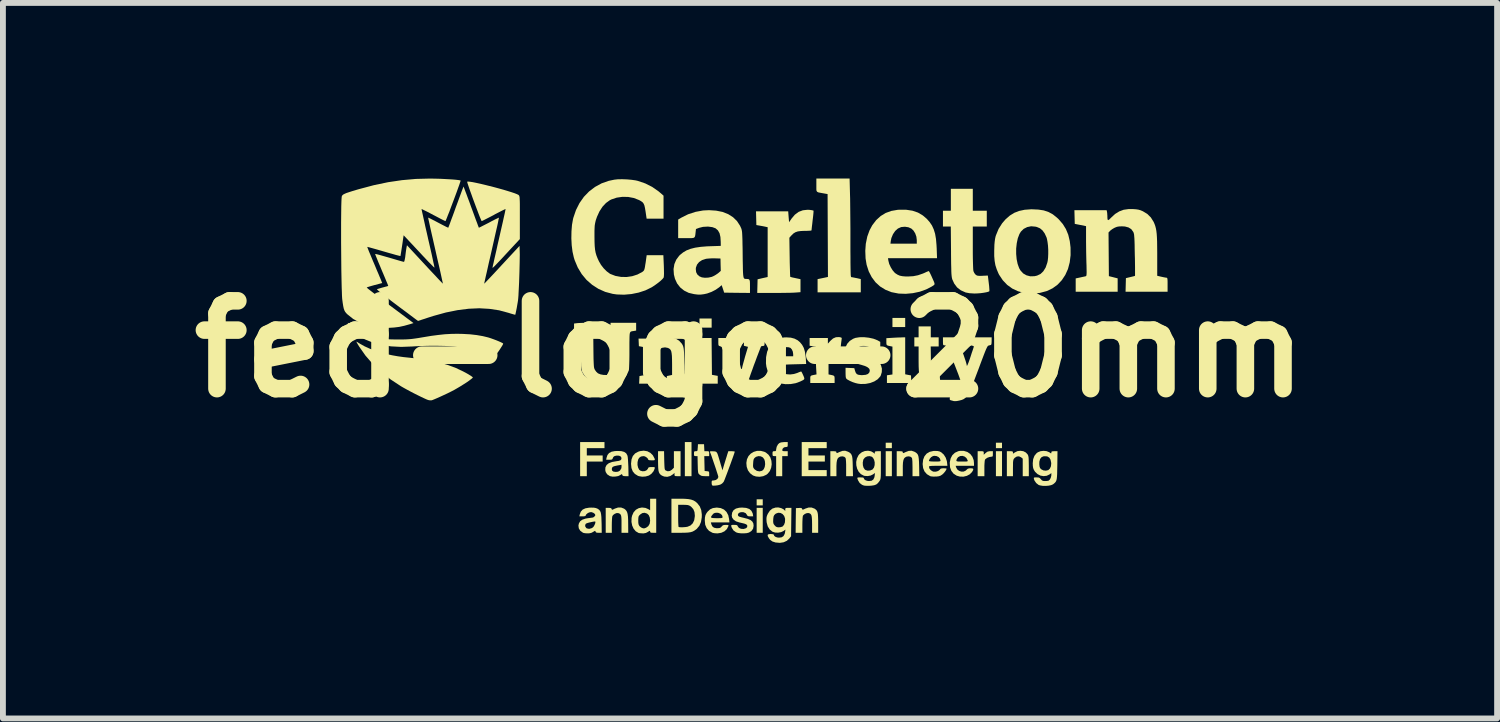
<source format=kicad_pcb>
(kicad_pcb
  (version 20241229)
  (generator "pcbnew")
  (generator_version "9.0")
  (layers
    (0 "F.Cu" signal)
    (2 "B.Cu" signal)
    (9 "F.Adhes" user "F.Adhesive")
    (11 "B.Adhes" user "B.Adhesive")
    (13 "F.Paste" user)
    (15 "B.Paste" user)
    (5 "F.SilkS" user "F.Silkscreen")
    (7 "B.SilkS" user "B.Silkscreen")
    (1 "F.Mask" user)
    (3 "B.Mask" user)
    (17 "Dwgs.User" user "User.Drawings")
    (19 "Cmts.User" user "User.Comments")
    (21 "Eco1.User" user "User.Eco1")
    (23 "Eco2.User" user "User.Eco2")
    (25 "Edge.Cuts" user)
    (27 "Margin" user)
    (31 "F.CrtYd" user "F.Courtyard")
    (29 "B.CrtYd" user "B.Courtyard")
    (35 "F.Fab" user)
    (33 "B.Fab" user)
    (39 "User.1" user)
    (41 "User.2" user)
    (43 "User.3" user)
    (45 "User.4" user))
  (footprint "fed-logo-20mm"
    (layer "F.Cu")
    (at 9.764 2.912)
    (property "Reference" "fed-logo-20mm" (at 0 0 0) (layer "F.SilkS") (effects (font (size 1.5 1.5) (thickness 0.3))))
    (attr board_only exclude_from_pos_files exclude_from_bom)
    (fp_poly (pts (xy -0.999 1.883) (xy -0.999 2.174) (xy -1.056 2.174) (xy -1.113 2.174) (xy -1.113 1.883) (xy -1.113 1.591) (xy -1.056 1.591) (xy -0.999 1.591)) (stroke (width 0) (type solid)) (fill yes) (layer "F.SilkS"))
    (fp_poly (pts (xy -0.655 -0.442) (xy -0.655 -0.364) (xy -0.759 -0.364) (xy -0.863 -0.364) (xy -0.863 -0.442) (xy -0.863 -0.52) (xy -0.759 -0.52) (xy -0.655 -0.52)) (stroke (width 0) (type solid)) (fill yes) (layer "F.SilkS"))
    (fp_poly (pts (xy 0.218 2.621) (xy 0.218 2.673) (xy 0.166 2.673) (xy 0.114 2.673) (xy 0.114 2.621) (xy 0.114 2.569) (xy 0.166 2.569) (xy 0.218 2.569)) (stroke (width 0) (type solid)) (fill yes) (layer "F.SilkS"))
    (fp_poly (pts (xy 0.218 2.928) (xy 0.218 3.141) (xy 0.166 3.141) (xy 0.114 3.141) (xy 0.114 2.928) (xy 0.114 2.715) (xy 0.166 2.715) (xy 0.218 2.715)) (stroke (width 0) (type solid)) (fill yes) (layer "F.SilkS"))
    (fp_poly (pts (xy 2.424 1.649) (xy 2.424 1.695) (xy 2.371 1.695) (xy 2.319 1.695) (xy 2.319 1.649) (xy 2.319 1.602) (xy 2.371 1.602) (xy 2.424 1.602)) (stroke (width 0) (type solid)) (fill yes) (layer "F.SilkS"))
    (fp_poly (pts (xy 2.424 1.961) (xy 2.424 2.174) (xy 2.371 2.174) (xy 2.319 2.174) (xy 2.319 1.961) (xy 2.319 1.747) (xy 2.371 1.747) (xy 2.424 1.747)) (stroke (width 0) (type solid)) (fill yes) (layer "F.SilkS"))
    (fp_poly (pts (xy 2.652 -0.452) (xy 2.652 -0.374) (xy 2.543 -0.374) (xy 2.434 -0.374) (xy 2.434 -0.452) (xy 2.434 -0.53) (xy 2.543 -0.53) (xy 2.652 -0.53)) (stroke (width 0) (type solid)) (fill yes) (layer "F.SilkS"))
    (fp_poly (pts (xy 4.306 1.649) (xy 4.306 1.695) (xy 4.254 1.695) (xy 4.202 1.695) (xy 4.202 1.649) (xy 4.202 1.602) (xy 4.254 1.602) (xy 4.306 1.602)) (stroke (width 0) (type solid)) (fill yes) (layer "F.SilkS"))
    (fp_poly (pts (xy 4.306 1.961) (xy 4.306 2.174) (xy 4.254 2.174) (xy 4.202 2.174) (xy 4.202 1.961) (xy 4.202 1.747) (xy 4.254 1.747) (xy 4.306 1.747)) (stroke (width 0) (type solid)) (fill yes) (layer "F.SilkS"))
    (fp_poly (pts (xy -2.486 1.643) (xy -2.486 1.695) (xy -2.637 1.695) (xy -2.788 1.695) (xy -2.788 1.758) (xy -2.788 1.82) (xy -2.652 1.82) (xy -2.517 1.82) (xy -2.517 1.872) (xy -2.517 1.924) (xy -2.652 1.924) (xy -2.788 1.924) (xy -2.788 2.049) (xy -2.788 2.174) (xy -2.845 2.174) (xy -2.902 2.174) (xy -2.902 1.883) (xy -2.902 1.591) (xy -2.694 1.591) (xy -2.486 1.591)) (stroke (width 0) (type solid)) (fill yes) (layer "F.SilkS"))
    (fp_poly (pts (xy -0.653 0.127) (xy -0.65 0.442) (xy -0.601 0.451) (xy -0.551 0.46) (xy -0.551 0.526) (xy -0.551 0.593) (xy -0.76 0.593) (xy -0.968 0.593) (xy -0.965 0.528) (xy -0.962 0.463) (xy -0.913 0.453) (xy -0.863 0.444) (xy -0.863 0.207) (xy -0.863 -0.03) (xy -0.921 -0.042) (xy -0.978 -0.053) (xy -0.978 -0.114) (xy -0.978 -0.174) (xy -0.914 -0.181) (xy -0.873 -0.184) (xy -0.821 -0.186) (xy -0.767 -0.187) (xy -0.753 -0.187) (xy -0.656 -0.187)) (stroke (width 0) (type solid)) (fill yes) (layer "F.SilkS"))
    (fp_poly (pts (xy 1.311 1.643) (xy 1.311 1.695) (xy 1.155 1.695) (xy 0.999 1.695) (xy 0.999 1.758) (xy 0.999 1.82) (xy 1.139 1.82) (xy 1.279 1.82) (xy 1.279 1.872) (xy 1.279 1.924) (xy 1.139 1.924) (xy 0.999 1.924) (xy 0.999 1.997) (xy 0.999 2.07) (xy 1.155 2.07) (xy 1.311 2.07) (xy 1.311 2.122) (xy 1.311 2.174) (xy 1.097 2.174) (xy 0.884 2.174) (xy 0.884 1.883) (xy 0.884 1.591) (xy 1.097 1.591) (xy 1.311 1.591)) (stroke (width 0) (type solid)) (fill yes) (layer "F.SilkS"))
    (fp_poly (pts (xy 2.652 0.118) (xy 2.652 0.433) (xy 2.702 0.443) (xy 2.751 0.452) (xy 2.754 0.517) (xy 2.757 0.582) (xy 2.549 0.582) (xy 2.34 0.582) (xy 2.34 0.516) (xy 2.34 0.45) (xy 2.387 0.443) (xy 2.434 0.436) (xy 2.434 0.198) (xy 2.434 -0.04) (xy 2.4 -0.047) (xy 2.363 -0.055) (xy 2.342 -0.063) (xy 2.333 -0.076) (xy 2.33 -0.1) (xy 2.33 -0.124) (xy 2.33 -0.184) (xy 2.447 -0.191) (xy 2.499 -0.194) (xy 2.549 -0.196) (xy 2.589 -0.197) (xy 2.608 -0.198) (xy 2.652 -0.198)) (stroke (width 0) (type solid)) (fill yes) (layer "F.SilkS"))
    (fp_poly (pts (xy 3.973 1.748) (xy 3.988 1.752) (xy 3.994 1.763) (xy 3.994 1.778) (xy 3.994 1.808) (xy 4.026 1.778) (xy 4.055 1.756) (xy 4.087 1.748) (xy 4.104 1.747) (xy 4.15 1.747) (xy 4.15 1.794) (xy 4.149 1.823) (xy 4.144 1.837) (xy 4.131 1.841) (xy 4.124 1.841) (xy 4.088 1.847) (xy 4.052 1.861) (xy 4.025 1.88) (xy 4.016 1.891) (xy 4.011 1.91) (xy 4.008 1.945) (xy 4.005 1.992) (xy 4.005 2.043) (xy 4.005 2.174) (xy 3.947 2.174) (xy 3.89 2.174) (xy 3.89 1.961) (xy 3.89 1.747) (xy 3.942 1.747)) (stroke (width 0) (type solid)) (fill yes) (layer "F.SilkS"))
    (fp_poly (pts (xy -1.465 1.904) (xy -1.463 1.965) (xy -1.461 2.009) (xy -1.459 2.038) (xy -1.455 2.057) (xy -1.449 2.069) (xy -1.441 2.076) (xy -1.406 2.09) (xy -1.368 2.085) (xy -1.332 2.062) (xy -1.331 2.06) (xy -1.3 2.03) (xy -1.3 1.889) (xy -1.3 1.747) (xy -1.243 1.747) (xy -1.186 1.747) (xy -1.186 1.961) (xy -1.186 2.174) (xy -1.238 2.174) (xy -1.269 2.173) (xy -1.284 2.169) (xy -1.289 2.158) (xy -1.29 2.146) (xy -1.29 2.118) (xy -1.313 2.14) (xy -1.361 2.171) (xy -1.413 2.185) (xy -1.466 2.18) (xy -1.505 2.164) (xy -1.528 2.148) (xy -1.544 2.13) (xy -1.556 2.107) (xy -1.564 2.075) (xy -1.568 2.031) (xy -1.57 1.972) (xy -1.571 1.914) (xy -1.571 1.747) (xy -1.519 1.747) (xy -1.468 1.747)) (stroke (width 0) (type solid)) (fill yes) (layer "F.SilkS"))
    (fp_poly (pts (xy 4.67 1.747) (xy 4.713 1.769) (xy 4.743 1.801) (xy 4.751 1.816) (xy 4.756 1.833) (xy 4.76 1.856) (xy 4.762 1.889) (xy 4.763 1.934) (xy 4.764 1.996) (xy 4.764 2.005) (xy 4.764 2.174) (xy 4.712 2.174) (xy 4.66 2.174) (xy 4.66 2.024) (xy 4.66 1.874) (xy 4.631 1.851) (xy 4.596 1.835) (xy 4.559 1.838) (xy 4.524 1.86) (xy 4.517 1.868) (xy 4.507 1.88) (xy 4.501 1.894) (xy 4.497 1.913) (xy 4.494 1.942) (xy 4.494 1.984) (xy 4.493 2.034) (xy 4.493 2.174) (xy 4.441 2.174) (xy 4.389 2.174) (xy 4.389 1.961) (xy 4.389 1.747) (xy 4.441 1.747) (xy 4.472 1.748) (xy 4.488 1.753) (xy 4.493 1.763) (xy 4.493 1.769) (xy 4.493 1.79) (xy 4.524 1.769) (xy 4.57 1.746) (xy 4.621 1.74)) (stroke (width 0) (type solid)) (fill yes) (layer "F.SilkS"))
    (fp_poly (pts (xy 0.645 1.633) (xy 0.644 1.66) (xy 0.637 1.672) (xy 0.621 1.675) (xy 0.614 1.675) (xy 0.581 1.682) (xy 0.559 1.703) (xy 0.551 1.727) (xy 0.555 1.74) (xy 0.568 1.746) (xy 0.597 1.747) (xy 0.598 1.747) (xy 0.645 1.747) (xy 0.645 1.789) (xy 0.645 1.831) (xy 0.598 1.831) (xy 0.551 1.831) (xy 0.551 2.002) (xy 0.551 2.174) (xy 0.499 2.174) (xy 0.447 2.174) (xy 0.447 2.002) (xy 0.447 1.831) (xy 0.416 1.831) (xy 0.396 1.829) (xy 0.387 1.82) (xy 0.385 1.798) (xy 0.385 1.789) (xy 0.386 1.762) (xy 0.393 1.75) (xy 0.409 1.747) (xy 0.416 1.747) (xy 0.438 1.745) (xy 0.446 1.733) (xy 0.447 1.716) (xy 0.456 1.672) (xy 0.478 1.631) (xy 0.502 1.608) (xy 0.53 1.597) (xy 0.574 1.592) (xy 0.585 1.591) (xy 0.645 1.591)) (stroke (width 0) (type solid)) (fill yes) (layer "F.SilkS"))
    (fp_poly (pts (xy -2.2 2.71) (xy -2.151 2.729) (xy -2.131 2.744) (xy -2.113 2.764) (xy -2.1 2.788) (xy -2.091 2.819) (xy -2.085 2.862) (xy -2.082 2.918) (xy -2.081 2.992) (xy -2.081 2.998) (xy -2.08 3.141) (xy -2.137 3.141) (xy -2.195 3.141) (xy -2.195 2.992) (xy -2.195 2.929) (xy -2.197 2.884) (xy -2.201 2.852) (xy -2.209 2.832) (xy -2.221 2.818) (xy -2.238 2.809) (xy -2.25 2.805) (xy -2.278 2.804) (xy -2.309 2.816) (xy -2.337 2.836) (xy -2.351 2.855) (xy -2.355 2.876) (xy -2.358 2.913) (xy -2.36 2.959) (xy -2.361 3.012) (xy -2.361 3.012) (xy -2.361 3.141) (xy -2.413 3.141) (xy -2.465 3.141) (xy -2.465 2.928) (xy -2.465 2.715) (xy -2.417 2.715) (xy -2.386 2.717) (xy -2.37 2.723) (xy -2.364 2.735) (xy -2.36 2.745) (xy -2.352 2.748) (xy -2.335 2.741) (xy -2.309 2.728) (xy -2.253 2.709)) (stroke (width 0) (type solid)) (fill yes) (layer "F.SilkS"))
    (fp_poly (pts (xy 1.054 2.71) (xy 1.105 2.729) (xy 1.108 2.732) (xy 1.128 2.747) (xy 1.143 2.765) (xy 1.153 2.788) (xy 1.16 2.821) (xy 1.163 2.867) (xy 1.165 2.928) (xy 1.165 2.974) (xy 1.165 3.141) (xy 1.113 3.141) (xy 1.061 3.141) (xy 1.061 2.998) (xy 1.06 2.932) (xy 1.057 2.883) (xy 1.052 2.849) (xy 1.042 2.827) (xy 1.027 2.813) (xy 1.007 2.805) (xy 1.004 2.804) (xy 0.972 2.805) (xy 0.937 2.819) (xy 0.911 2.841) (xy 0.905 2.849) (xy 0.901 2.867) (xy 0.898 2.901) (xy 0.896 2.946) (xy 0.895 2.998) (xy 0.895 3.005) (xy 0.895 3.141) (xy 0.837 3.141) (xy 0.78 3.141) (xy 0.782 2.931) (xy 0.785 2.72) (xy 0.836 2.717) (xy 0.867 2.716) (xy 0.883 2.72) (xy 0.89 2.732) (xy 0.891 2.733) (xy 0.895 2.744) (xy 0.903 2.746) (xy 0.921 2.74) (xy 0.945 2.728) (xy 1 2.71)) (stroke (width 0) (type solid)) (fill yes) (layer "F.SilkS"))
    (fp_poly (pts (xy 1.673 1.755) (xy 1.674 1.755) (xy 1.701 1.77) (xy 1.721 1.787) (xy 1.735 1.808) (xy 1.745 1.836) (xy 1.751 1.876) (xy 1.754 1.93) (xy 1.756 2.002) (xy 1.756 2.003) (xy 1.76 2.174) (xy 1.702 2.174) (xy 1.643 2.174) (xy 1.643 2.028) (xy 1.643 1.973) (xy 1.641 1.925) (xy 1.638 1.888) (xy 1.634 1.865) (xy 1.633 1.862) (xy 1.612 1.843) (xy 1.58 1.835) (xy 1.545 1.839) (xy 1.537 1.842) (xy 1.514 1.855) (xy 1.498 1.873) (xy 1.487 1.901) (xy 1.48 1.941) (xy 1.477 1.996) (xy 1.477 2.043) (xy 1.477 2.174) (xy 1.425 2.174) (xy 1.373 2.174) (xy 1.373 1.961) (xy 1.373 1.747) (xy 1.425 1.747) (xy 1.456 1.749) (xy 1.472 1.753) (xy 1.477 1.764) (xy 1.477 1.767) (xy 1.478 1.777) (xy 1.486 1.779) (xy 1.503 1.773) (xy 1.526 1.762) (xy 1.579 1.742) (xy 1.626 1.739)) (stroke (width 0) (type solid)) (fill yes) (layer "F.SilkS"))
    (fp_poly (pts (xy 2.807 1.755) (xy 2.808 1.755) (xy 2.834 1.77) (xy 2.854 1.787) (xy 2.869 1.808) (xy 2.878 1.836) (xy 2.884 1.876) (xy 2.888 1.93) (xy 2.89 2.002) (xy 2.89 2.003) (xy 2.893 2.174) (xy 2.835 2.174) (xy 2.777 2.174) (xy 2.777 2.028) (xy 2.776 1.973) (xy 2.775 1.925) (xy 2.772 1.888) (xy 2.768 1.865) (xy 2.767 1.862) (xy 2.746 1.843) (xy 2.714 1.835) (xy 2.678 1.839) (xy 2.671 1.842) (xy 2.648 1.855) (xy 2.632 1.873) (xy 2.621 1.901) (xy 2.614 1.941) (xy 2.611 1.996) (xy 2.611 2.043) (xy 2.611 2.174) (xy 2.559 2.174) (xy 2.507 2.174) (xy 2.507 1.961) (xy 2.507 1.747) (xy 2.559 1.747) (xy 2.59 1.749) (xy 2.606 1.753) (xy 2.611 1.764) (xy 2.611 1.767) (xy 2.612 1.777) (xy 2.619 1.779) (xy 2.637 1.773) (xy 2.659 1.762) (xy 2.712 1.742) (xy 2.76 1.739)) (stroke (width 0) (type solid)) (fill yes) (layer "F.SilkS"))
    (fp_poly (pts (xy 1.709 -2.639) (xy 1.711 -2.574) (xy 1.712 -2.491) (xy 1.713 -2.394) (xy 1.714 -2.286) (xy 1.715 -2.171) (xy 1.716 -2.051) (xy 1.716 -1.93) (xy 1.716 -1.811) (xy 1.716 -1.797) (xy 1.716 -1.671) (xy 1.717 -1.565) (xy 1.717 -1.476) (xy 1.718 -1.404) (xy 1.719 -1.346) (xy 1.72 -1.302) (xy 1.721 -1.269) (xy 1.723 -1.247) (xy 1.726 -1.234) (xy 1.729 -1.228) (xy 1.731 -1.227) (xy 1.747 -1.225) (xy 1.778 -1.219) (xy 1.816 -1.211) (xy 1.819 -1.211) (xy 1.893 -1.194) (xy 1.893 -1.081) (xy 1.893 -0.967) (xy 1.524 -0.967) (xy 1.155 -0.967) (xy 1.155 -1.08) (xy 1.155 -1.193) (xy 1.243 -1.211) (xy 1.332 -1.23) (xy 1.329 -1.938) (xy 1.326 -2.646) (xy 1.253 -2.659) (xy 1.203 -2.668) (xy 1.168 -2.675) (xy 1.148 -2.685) (xy 1.137 -2.701) (xy 1.134 -2.726) (xy 1.134 -2.765) (xy 1.134 -2.798) (xy 1.134 -2.912) (xy 1.418 -2.912) (xy 1.702 -2.912)) (stroke (width 0) (type solid)) (fill yes) (layer "F.SilkS"))
    (fp_poly (pts (xy -0.782 1.688) (xy -0.779 1.747) (xy -0.738 1.747) (xy -0.712 1.748) (xy -0.7 1.756) (xy -0.697 1.775) (xy -0.697 1.789) (xy -0.697 1.831) (xy -0.739 1.831) (xy -0.781 1.831) (xy -0.778 1.958) (xy -0.775 2.085) (xy -0.736 2.089) (xy -0.711 2.092) (xy -0.7 2.101) (xy -0.697 2.122) (xy -0.697 2.133) (xy -0.697 2.174) (xy -0.764 2.174) (xy -0.804 2.172) (xy -0.831 2.167) (xy -0.852 2.155) (xy -0.86 2.149) (xy -0.872 2.138) (xy -0.88 2.128) (xy -0.885 2.113) (xy -0.888 2.09) (xy -0.891 2.056) (xy -0.892 2.007) (xy -0.893 1.977) (xy -0.896 1.831) (xy -0.927 1.831) (xy -0.946 1.829) (xy -0.955 1.82) (xy -0.957 1.797) (xy -0.957 1.789) (xy -0.956 1.762) (xy -0.949 1.75) (xy -0.933 1.747) (xy -0.926 1.747) (xy -0.909 1.746) (xy -0.899 1.74) (xy -0.895 1.723) (xy -0.893 1.691) (xy -0.892 1.688) (xy -0.889 1.628) (xy -0.837 1.628) (xy -0.785 1.628)) (stroke (width 0) (type solid)) (fill yes) (layer "F.SilkS"))
    (fp_poly (pts (xy 0.245 1.757) (xy 0.27 1.769) (xy 0.315 1.806) (xy 0.348 1.854) (xy 0.366 1.911) (xy 0.371 1.971) (xy 0.362 2.03) (xy 0.34 2.085) (xy 0.303 2.131) (xy 0.279 2.15) (xy 0.226 2.174) (xy 0.164 2.184) (xy 0.102 2.179) (xy 0.052 2.162) (xy 0.002 2.124) (xy -0.035 2.074) (xy -0.056 2.014) (xy -0.058 1.993) (xy 0.052 1.993) (xy 0.054 2.018) (xy 0.061 2.035) (xy 0.074 2.052) (xy 0.081 2.059) (xy 0.119 2.084) (xy 0.163 2.092) (xy 0.205 2.082) (xy 0.209 2.08) (xy 0.235 2.055) (xy 0.252 2.016) (xy 0.259 1.969) (xy 0.255 1.92) (xy 0.245 1.887) (xy 0.221 1.854) (xy 0.186 1.835) (xy 0.146 1.831) (xy 0.106 1.842) (xy 0.087 1.855) (xy 0.071 1.871) (xy 0.062 1.889) (xy 0.057 1.916) (xy 0.054 1.954) (xy 0.052 1.993) (xy -0.058 1.993) (xy -0.062 1.948) (xy -0.052 1.886) (xy -0.026 1.831) (xy 0.014 1.788) (xy 0.064 1.758) (xy 0.122 1.741) (xy 0.184 1.741)) (stroke (width 0) (type solid)) (fill yes) (layer "F.SilkS"))
    (fp_poly (pts (xy 1.532 -0.201) (xy 1.557 -0.196) (xy 1.567 -0.187) (xy 1.567 -0.17) (xy 1.566 -0.168) (xy 1.563 -0.143) (xy 1.558 -0.106) (xy 1.554 -0.07) (xy 1.547 0) (xy 1.477 0) (xy 1.436 0.001) (xy 1.409 0.006) (xy 1.388 0.016) (xy 1.374 0.027) (xy 1.342 0.054) (xy 1.342 0.245) (xy 1.342 0.435) (xy 1.376 0.442) (xy 1.412 0.45) (xy 1.433 0.458) (xy 1.443 0.472) (xy 1.446 0.496) (xy 1.446 0.521) (xy 1.446 0.582) (xy 1.238 0.582) (xy 1.03 0.582) (xy 1.03 0.521) (xy 1.03 0.487) (xy 1.034 0.467) (xy 1.047 0.455) (xy 1.072 0.448) (xy 1.101 0.442) (xy 1.137 0.435) (xy 1.13 0.319) (xy 1.127 0.256) (xy 1.125 0.184) (xy 1.124 0.114) (xy 1.123 0.082) (xy 1.123 -0.04) (xy 1.071 -0.047) (xy 1.019 -0.054) (xy 1.019 -0.121) (xy 1.019 -0.187) (xy 1.175 -0.187) (xy 1.331 -0.187) (xy 1.331 -0.139) (xy 1.331 -0.091) (xy 1.374 -0.139) (xy 1.419 -0.179) (xy 1.467 -0.2) (xy 1.522 -0.203)) (stroke (width 0) (type solid)) (fill yes) (layer "F.SilkS"))
    (fp_poly (pts (xy -1.118 2.56) (xy -1.055 2.565) (xy -1.006 2.574) (xy -0.966 2.588) (xy -0.932 2.608) (xy -0.901 2.635) (xy -0.899 2.637) (xy -0.858 2.69) (xy -0.833 2.752) (xy -0.823 2.827) (xy -0.824 2.877) (xy -0.837 2.956) (xy -0.865 3.021) (xy -0.909 3.074) (xy -0.924 3.086) (xy -0.953 3.106) (xy -0.982 3.121) (xy -1.016 3.131) (xy -1.058 3.137) (xy -1.113 3.14) (xy -1.184 3.141) (xy -1.194 3.141) (xy -1.342 3.141) (xy -1.342 2.85) (xy -1.342 2.848) (xy -1.227 2.848) (xy -1.227 2.908) (xy -1.226 2.961) (xy -1.224 3.003) (xy -1.222 3.031) (xy -1.22 3.041) (xy -1.205 3.045) (xy -1.176 3.047) (xy -1.139 3.046) (xy -1.101 3.043) (xy -1.068 3.038) (xy -1.016 3.016) (xy -0.978 2.979) (xy -0.953 2.927) (xy -0.943 2.862) (xy -0.942 2.849) (xy -0.948 2.787) (xy -0.968 2.738) (xy -1.002 2.699) (xy -1.019 2.686) (xy -1.04 2.674) (xy -1.064 2.667) (xy -1.097 2.664) (xy -1.14 2.663) (xy -1.227 2.663) (xy -1.227 2.848) (xy -1.342 2.848) (xy -1.342 2.559) (xy -1.198 2.559)) (stroke (width 0) (type solid)) (fill yes) (layer "F.SilkS"))
    (fp_poly (pts (xy -1.754 1.748) (xy -1.701 1.776) (xy -1.659 1.818) (xy -1.63 1.873) (xy -1.628 1.88) (xy -1.626 1.893) (xy -1.631 1.9) (xy -1.649 1.903) (xy -1.679 1.903) (xy -1.712 1.902) (xy -1.733 1.897) (xy -1.737 1.893) (xy -1.746 1.873) (xy -1.768 1.852) (xy -1.795 1.836) (xy -1.82 1.831) (xy -1.863 1.838) (xy -1.894 1.861) (xy -1.91 1.888) (xy -1.921 1.934) (xy -1.922 1.982) (xy -1.912 2.026) (xy -1.894 2.062) (xy -1.874 2.079) (xy -1.836 2.09) (xy -1.796 2.087) (xy -1.764 2.071) (xy -1.76 2.067) (xy -1.744 2.046) (xy -1.737 2.03) (xy -1.737 2.03) (xy -1.727 2.022) (xy -1.698 2.018) (xy -1.68 2.018) (xy -1.647 2.018) (xy -1.631 2.021) (xy -1.626 2.029) (xy -1.629 2.045) (xy -1.629 2.046) (xy -1.648 2.09) (xy -1.682 2.131) (xy -1.724 2.161) (xy -1.731 2.164) (xy -1.783 2.179) (xy -1.841 2.183) (xy -1.896 2.174) (xy -1.914 2.168) (xy -1.966 2.136) (xy -2.003 2.092) (xy -2.025 2.035) (xy -2.032 1.964) (xy -2.032 1.959) (xy -2.024 1.887) (xy -2.002 1.83) (xy -1.964 1.786) (xy -1.91 1.756) (xy -1.88 1.746) (xy -1.815 1.738)) (stroke (width 0) (type solid)) (fill yes) (layer "F.SilkS"))
    (fp_poly (pts (xy 3.089 -0.291) (xy 3.089 -0.198) (xy 3.157 -0.198) (xy 3.224 -0.198) (xy 3.224 -0.12) (xy 3.224 -0.042) (xy 3.156 -0.042) (xy 3.088 -0.042) (xy 3.091 0.171) (xy 3.092 0.243) (xy 3.094 0.297) (xy 3.096 0.337) (xy 3.098 0.364) (xy 3.102 0.383) (xy 3.107 0.395) (xy 3.114 0.405) (xy 3.115 0.406) (xy 3.132 0.42) (xy 3.153 0.425) (xy 3.185 0.424) (xy 3.215 0.422) (xy 3.23 0.425) (xy 3.237 0.437) (xy 3.24 0.451) (xy 3.244 0.483) (xy 3.247 0.521) (xy 3.248 0.53) (xy 3.248 0.559) (xy 3.243 0.574) (xy 3.229 0.582) (xy 3.224 0.583) (xy 3.189 0.589) (xy 3.143 0.592) (xy 3.093 0.59) (xy 3.047 0.586) (xy 3.012 0.578) (xy 3.006 0.576) (xy 2.972 0.557) (xy 2.941 0.534) (xy 2.941 0.533) (xy 2.923 0.513) (xy 2.908 0.488) (xy 2.898 0.457) (xy 2.89 0.418) (xy 2.885 0.366) (xy 2.882 0.299) (xy 2.881 0.216) (xy 2.881 0.18) (xy 2.881 -0.042) (xy 2.845 -0.042) (xy 2.808 -0.042) (xy 2.808 -0.12) (xy 2.808 -0.198) (xy 2.845 -0.198) (xy 2.881 -0.198) (xy 2.881 -0.291) (xy 2.881 -0.385) (xy 2.985 -0.385) (xy 3.089 -0.385)) (stroke (width 0) (type solid)) (fill yes) (layer "F.SilkS"))
    (fp_poly (pts (xy -6.714 -0.12) (xy -6.691 -0.106) (xy -6.66 -0.087) (xy -6.66 -0.087) (xy -6.585 -0.045) (xy -6.495 -0.004) (xy -6.394 0.034) (xy -6.289 0.067) (xy -6.288 0.067) (xy -6.198 0.09) (xy -6.11 0.109) (xy -6.02 0.125) (xy -5.92 0.139) (xy -5.805 0.151) (xy -5.805 0.151) (xy -5.619 0.173) (xy -5.451 0.2) (xy -5.298 0.234) (xy -5.157 0.276) (xy -5.026 0.325) (xy -4.903 0.383) (xy -4.832 0.421) (xy -4.793 0.445) (xy -4.761 0.465) (xy -4.741 0.48) (xy -4.735 0.486) (xy -4.742 0.497) (xy -4.764 0.515) (xy -4.798 0.541) (xy -4.841 0.571) (xy -4.891 0.603) (xy -4.945 0.637) (xy -4.999 0.669) (xy -5.051 0.699) (xy -5.097 0.723) (xy -5.163 0.756) (xy -5.229 0.787) (xy -5.292 0.816) (xy -5.348 0.841) (xy -5.395 0.861) (xy -5.428 0.874) (xy -5.442 0.878) (xy -5.469 0.878) (xy -5.497 0.873) (xy -5.524 0.863) (xy -5.566 0.844) (xy -5.619 0.819) (xy -5.68 0.789) (xy -5.744 0.757) (xy -5.809 0.723) (xy -5.87 0.69) (xy -5.924 0.66) (xy -5.962 0.638) (xy -6.14 0.521) (xy -6.301 0.394) (xy -6.444 0.258) (xy -6.57 0.113) (xy -6.675 -0.037) (xy -6.698 -0.074) (xy -6.715 -0.103) (xy -6.724 -0.121) (xy -6.725 -0.125)) (stroke (width 0) (type solid)) (fill yes) (layer "F.SilkS"))
    (fp_poly (pts (xy 3.655 1.742) (xy 3.714 1.76) (xy 3.763 1.794) (xy 3.8 1.842) (xy 3.822 1.9) (xy 3.827 1.948) (xy 3.828 1.997) (xy 3.671 1.997) (xy 3.514 1.997) (xy 3.521 2.02) (xy 3.541 2.058) (xy 3.573 2.083) (xy 3.611 2.096) (xy 3.651 2.095) (xy 3.686 2.079) (xy 3.698 2.067) (xy 3.719 2.048) (xy 3.743 2.04) (xy 3.77 2.039) (xy 3.801 2.041) (xy 3.815 2.05) (xy 3.813 2.069) (xy 3.796 2.099) (xy 3.794 2.102) (xy 3.756 2.141) (xy 3.706 2.168) (xy 3.648 2.182) (xy 3.587 2.181) (xy 3.531 2.165) (xy 3.477 2.13) (xy 3.44 2.082) (xy 3.418 2.022) (xy 3.414 1.95) (xy 3.414 1.937) (xy 3.421 1.904) (xy 3.526 1.904) (xy 3.528 1.913) (xy 3.535 1.919) (xy 3.552 1.923) (xy 3.583 1.924) (xy 3.626 1.924) (xy 3.671 1.924) (xy 3.7 1.923) (xy 3.715 1.92) (xy 3.72 1.914) (xy 3.719 1.905) (xy 3.718 1.901) (xy 3.698 1.864) (xy 3.667 1.839) (xy 3.63 1.827) (xy 3.592 1.83) (xy 3.558 1.848) (xy 3.55 1.856) (xy 3.534 1.88) (xy 3.526 1.903) (xy 3.526 1.904) (xy 3.421 1.904) (xy 3.429 1.869) (xy 3.458 1.814) (xy 3.502 1.773) (xy 3.559 1.747) (xy 3.589 1.741)) (stroke (width 0) (type solid)) (fill yes) (layer "F.SilkS"))
    (fp_poly (pts (xy -1.602 2.85) (xy -1.602 3.141) (xy -1.654 3.141) (xy -1.685 3.14) (xy -1.701 3.135) (xy -1.706 3.125) (xy -1.706 3.121) (xy -1.707 3.109) (xy -1.714 3.108) (xy -1.731 3.117) (xy -1.744 3.126) (xy -1.778 3.144) (xy -1.817 3.151) (xy -1.835 3.151) (xy -1.869 3.149) (xy -1.895 3.146) (xy -1.903 3.144) (xy -1.951 3.116) (xy -1.988 3.072) (xy -2.013 3.017) (xy -2.025 2.955) (xy -2.024 2.931) (xy -1.909 2.931) (xy -1.908 2.972) (xy -1.903 2.999) (xy -1.894 3.018) (xy -1.884 3.031) (xy -1.861 3.05) (xy -1.838 3.061) (xy -1.837 3.061) (xy -1.818 3.065) (xy -1.812 3.067) (xy -1.802 3.064) (xy -1.779 3.056) (xy -1.774 3.054) (xy -1.738 3.028) (xy -1.714 2.988) (xy -1.706 2.937) (xy -1.706 2.935) (xy -1.712 2.88) (xy -1.73 2.839) (xy -1.758 2.813) (xy -1.801 2.799) (xy -1.84 2.805) (xy -1.875 2.828) (xy -1.893 2.846) (xy -1.903 2.862) (xy -1.907 2.884) (xy -1.909 2.918) (xy -1.909 2.931) (xy -2.024 2.931) (xy -2.023 2.888) (xy -2.014 2.848) (xy -1.988 2.79) (xy -1.949 2.747) (xy -1.9 2.72) (xy -1.845 2.709) (xy -1.786 2.716) (xy -1.74 2.736) (xy -1.706 2.756) (xy -1.706 2.657) (xy -1.706 2.559) (xy -1.654 2.559) (xy -1.602 2.559)) (stroke (width 0) (type solid)) (fill yes) (layer "F.SilkS"))
    (fp_poly (pts (xy -0.285 1.749) (xy -0.265 1.752) (xy -0.26 1.755) (xy -0.264 1.769) (xy -0.274 1.8) (xy -0.289 1.843) (xy -0.308 1.896) (xy -0.329 1.955) (xy -0.352 2.017) (xy -0.375 2.079) (xy -0.397 2.138) (xy -0.417 2.19) (xy -0.433 2.232) (xy -0.445 2.26) (xy -0.451 2.272) (xy -0.474 2.297) (xy -0.497 2.313) (xy -0.524 2.323) (xy -0.56 2.331) (xy -0.598 2.335) (xy -0.629 2.336) (xy -0.642 2.334) (xy -0.651 2.321) (xy -0.655 2.295) (xy -0.655 2.287) (xy -0.654 2.261) (xy -0.647 2.25) (xy -0.629 2.247) (xy -0.619 2.247) (xy -0.584 2.239) (xy -0.556 2.22) (xy -0.542 2.193) (xy -0.541 2.185) (xy -0.544 2.171) (xy -0.553 2.141) (xy -0.567 2.098) (xy -0.583 2.047) (xy -0.602 1.991) (xy -0.622 1.933) (xy -0.641 1.877) (xy -0.658 1.827) (xy -0.673 1.786) (xy -0.682 1.765) (xy -0.684 1.755) (xy -0.677 1.749) (xy -0.657 1.748) (xy -0.629 1.749) (xy -0.607 1.75) (xy -0.59 1.753) (xy -0.577 1.758) (xy -0.566 1.771) (xy -0.555 1.791) (xy -0.544 1.824) (xy -0.53 1.87) (xy -0.511 1.933) (xy -0.505 1.955) (xy -0.47 2.074) (xy -0.443 1.981) (xy -0.427 1.929) (xy -0.41 1.874) (xy -0.395 1.827) (xy -0.393 1.818) (xy -0.37 1.747) (xy -0.315 1.747)) (stroke (width 0) (type solid)) (fill yes) (layer "F.SilkS"))
    (fp_poly (pts (xy -0.5 2.719) (xy -0.444 2.744) (xy -0.401 2.785) (xy -0.371 2.841) (xy -0.357 2.906) (xy -0.351 2.964) (xy -0.509 2.964) (xy -0.668 2.964) (xy -0.661 2.993) (xy -0.644 3.031) (xy -0.615 3.054) (xy -0.572 3.063) (xy -0.56 3.063) (xy -0.526 3.061) (xy -0.505 3.054) (xy -0.488 3.038) (xy -0.485 3.035) (xy -0.467 3.016) (xy -0.445 3.008) (xy -0.412 3.006) (xy -0.383 3.007) (xy -0.369 3.011) (xy -0.367 3.02) (xy -0.37 3.029) (xy -0.395 3.078) (xy -0.436 3.116) (xy -0.49 3.141) (xy -0.552 3.151) (xy -0.562 3.151) (xy -0.599 3.149) (xy -0.631 3.144) (xy -0.643 3.14) (xy -0.7 3.108) (xy -0.74 3.062) (xy -0.765 3.004) (xy -0.772 2.933) (xy -0.77 2.88) (xy -0.768 2.873) (xy -0.666 2.873) (xy -0.659 2.884) (xy -0.635 2.889) (xy -0.593 2.891) (xy -0.567 2.892) (xy -0.521 2.891) (xy -0.492 2.89) (xy -0.476 2.886) (xy -0.469 2.88) (xy -0.468 2.87) (xy -0.478 2.84) (xy -0.503 2.816) (xy -0.539 2.801) (xy -0.565 2.798) (xy -0.598 2.801) (xy -0.621 2.811) (xy -0.639 2.83) (xy -0.659 2.856) (xy -0.666 2.873) (xy -0.768 2.873) (xy -0.761 2.84) (xy -0.743 2.805) (xy -0.723 2.779) (xy -0.682 2.741) (xy -0.634 2.719) (xy -0.575 2.711) (xy -0.567 2.71)) (stroke (width 0) (type solid)) (fill yes) (layer "F.SilkS"))
    (fp_poly (pts (xy 3.807 -2.548) (xy 3.807 -2.361) (xy 3.926 -2.361) (xy 4.046 -2.361) (xy 4.046 -2.226) (xy 4.046 -2.091) (xy 3.926 -2.091) (xy 3.807 -2.091) (xy 3.807 -1.729) (xy 3.807 -1.631) (xy 3.808 -1.543) (xy 3.81 -1.468) (xy 3.812 -1.406) (xy 3.814 -1.361) (xy 3.817 -1.334) (xy 3.818 -1.329) (xy 3.833 -1.297) (xy 3.854 -1.27) (xy 3.857 -1.268) (xy 3.873 -1.257) (xy 3.891 -1.251) (xy 3.916 -1.249) (xy 3.955 -1.249) (xy 3.974 -1.25) (xy 4.064 -1.254) (xy 4.08 -1.124) (xy 4.086 -1.074) (xy 4.089 -1.031) (xy 4.091 -1.001) (xy 4.089 -0.986) (xy 4.089 -0.985) (xy 4.071 -0.977) (xy 4.037 -0.968) (xy 3.992 -0.96) (xy 3.941 -0.953) (xy 3.887 -0.949) (xy 3.838 -0.947) (xy 3.752 -0.952) (xy 3.684 -0.965) (xy 3.68 -0.967) (xy 3.602 -1.002) (xy 3.538 -1.052) (xy 3.489 -1.118) (xy 3.456 -1.19) (xy 3.452 -1.206) (xy 3.448 -1.225) (xy 3.445 -1.25) (xy 3.442 -1.282) (xy 3.44 -1.325) (xy 3.439 -1.379) (xy 3.437 -1.447) (xy 3.436 -1.531) (xy 3.435 -1.633) (xy 3.435 -1.667) (xy 3.431 -2.091) (xy 3.364 -2.091) (xy 3.297 -2.091) (xy 3.297 -2.226) (xy 3.297 -2.361) (xy 3.365 -2.361) (xy 3.432 -2.361) (xy 3.432 -2.548) (xy 3.432 -2.736) (xy 3.62 -2.736) (xy 3.807 -2.736)) (stroke (width 0) (type solid)) (fill yes) (layer "F.SilkS"))
    (fp_poly (pts (xy -0.065 2.716) (xy -0.012 2.734) (xy 0.024 2.765) (xy 0.045 2.807) (xy 0.049 2.823) (xy 0.055 2.86) (xy 0.006 2.86) (xy -0.024 2.859) (xy -0.041 2.852) (xy -0.051 2.838) (xy -0.052 2.835) (xy -0.073 2.806) (xy -0.109 2.79) (xy -0.139 2.788) (xy -0.172 2.793) (xy -0.196 2.808) (xy -0.207 2.829) (xy -0.203 2.85) (xy -0.194 2.859) (xy -0.178 2.867) (xy -0.147 2.876) (xy -0.109 2.885) (xy -0.105 2.886) (xy -0.039 2.903) (xy 0.008 2.923) (xy 0.039 2.948) (xy 0.057 2.98) (xy 0.062 3.02) (xy 0.062 3.022) (xy 0.053 3.071) (xy 0.025 3.11) (xy -0.017 3.137) (xy -0.055 3.147) (xy -0.104 3.151) (xy -0.156 3.15) (xy -0.204 3.144) (xy -0.238 3.133) (xy -0.283 3.1) (xy -0.311 3.055) (xy -0.318 3.035) (xy -0.321 3.018) (xy -0.316 3.009) (xy -0.3 3.006) (xy -0.271 3.006) (xy -0.239 3.007) (xy -0.221 3.012) (xy -0.211 3.024) (xy -0.208 3.032) (xy -0.188 3.058) (xy -0.154 3.073) (xy -0.111 3.076) (xy -0.105 3.075) (xy -0.068 3.063) (xy -0.048 3.044) (xy -0.046 3.019) (xy -0.046 3.018) (xy -0.054 3.005) (xy -0.069 2.995) (xy -0.097 2.984) (xy -0.139 2.974) (xy -0.182 2.964) (xy -0.238 2.946) (xy -0.279 2.918) (xy -0.305 2.882) (xy -0.312 2.846) (xy -0.304 2.794) (xy -0.28 2.754) (xy -0.24 2.727) (xy -0.184 2.713) (xy -0.135 2.71)) (stroke (width 0) (type solid)) (fill yes) (layer "F.SilkS"))
    (fp_poly (pts (xy 1.021 -2.376) (xy 1.055 -2.371) (xy 1.078 -2.366) (xy 1.086 -2.362) (xy 1.086 -2.35) (xy 1.084 -2.321) (xy 1.08 -2.279) (xy 1.074 -2.227) (xy 1.07 -2.195) (xy 1.064 -2.139) (xy 1.058 -2.09) (xy 1.054 -2.053) (xy 1.052 -2.03) (xy 1.051 -2.026) (xy 1.041 -2.022) (xy 1.015 -2.02) (xy 0.976 -2.018) (xy 0.939 -2.018) (xy 0.87 -2.015) (xy 0.817 -2.008) (xy 0.776 -1.994) (xy 0.741 -1.972) (xy 0.709 -1.94) (xy 0.708 -1.94) (xy 0.673 -1.9) (xy 0.678 -1.569) (xy 0.679 -1.488) (xy 0.681 -1.414) (xy 0.683 -1.349) (xy 0.684 -1.296) (xy 0.686 -1.258) (xy 0.687 -1.236) (xy 0.688 -1.233) (xy 0.7 -1.228) (xy 0.727 -1.221) (xy 0.765 -1.213) (xy 0.778 -1.21) (xy 0.863 -1.192) (xy 0.863 -1.081) (xy 0.863 -0.97) (xy 0.784 -0.964) (xy 0.752 -0.962) (xy 0.703 -0.96) (xy 0.64 -0.959) (xy 0.568 -0.958) (xy 0.49 -0.957) (xy 0.414 -0.957) (xy 0.124 -0.957) (xy 0.127 -1.074) (xy 0.13 -1.19) (xy 0.216 -1.21) (xy 0.302 -1.229) (xy 0.302 -1.654) (xy 0.302 -2.08) (xy 0.278 -2.085) (xy 0.256 -2.09) (xy 0.221 -2.097) (xy 0.182 -2.104) (xy 0.109 -2.117) (xy 0.106 -2.234) (xy 0.103 -2.351) (xy 0.378 -2.351) (xy 0.653 -2.351) (xy 0.66 -2.258) (xy 0.668 -2.165) (xy 0.711 -2.228) (xy 0.767 -2.294) (xy 0.831 -2.342) (xy 0.903 -2.369) (xy 0.983 -2.378)) (stroke (width 0) (type solid)) (fill yes) (layer "F.SilkS"))
    (fp_poly (pts (xy 3.207 1.744) (xy 3.241 1.752) (xy 3.269 1.767) (xy 3.311 1.805) (xy 3.344 1.857) (xy 3.364 1.918) (xy 3.367 1.939) (xy 3.373 1.997) (xy 3.215 1.997) (xy 3.155 1.997) (xy 3.112 1.998) (xy 3.084 2) (xy 3.068 2.003) (xy 3.06 2.007) (xy 3.058 2.014) (xy 3.058 2.016) (xy 3.067 2.046) (xy 3.091 2.073) (xy 3.122 2.092) (xy 3.137 2.097) (xy 3.176 2.097) (xy 3.213 2.086) (xy 3.241 2.066) (xy 3.246 2.058) (xy 3.258 2.046) (xy 3.281 2.04) (xy 3.308 2.039) (xy 3.338 2.04) (xy 3.356 2.044) (xy 3.36 2.046) (xy 3.352 2.066) (xy 3.334 2.094) (xy 3.31 2.123) (xy 3.284 2.147) (xy 3.282 2.148) (xy 3.256 2.165) (xy 3.227 2.175) (xy 3.188 2.18) (xy 3.175 2.18) (xy 3.135 2.181) (xy 3.1 2.178) (xy 3.08 2.174) (xy 3.023 2.14) (xy 2.982 2.093) (xy 2.958 2.035) (xy 2.95 1.966) (xy 2.956 1.913) (xy 3.058 1.913) (xy 3.068 1.919) (xy 3.097 1.922) (xy 3.142 1.924) (xy 3.157 1.924) (xy 3.204 1.924) (xy 3.233 1.922) (xy 3.249 1.918) (xy 3.255 1.911) (xy 3.256 1.908) (xy 3.246 1.874) (xy 3.222 1.847) (xy 3.187 1.83) (xy 3.147 1.826) (xy 3.125 1.831) (xy 3.095 1.849) (xy 3.071 1.877) (xy 3.058 1.907) (xy 3.058 1.913) (xy 2.956 1.913) (xy 2.958 1.893) (xy 2.981 1.834) (xy 3.019 1.788) (xy 3.07 1.758) (xy 3.135 1.743) (xy 3.162 1.742)) (stroke (width 0) (type solid)) (fill yes) (layer "F.SilkS"))
    (fp_poly (pts (xy -2.197 1.746) (xy -2.15 1.759) (xy -2.116 1.782) (xy -2.096 1.817) (xy -2.094 1.822) (xy -2.089 1.845) (xy -2.085 1.885) (xy -2.082 1.935) (xy -2.079 1.993) (xy -2.078 2.016) (xy -2.075 2.174) (xy -2.125 2.174) (xy -2.157 2.172) (xy -2.174 2.166) (xy -2.181 2.154) (xy -2.181 2.154) (xy -2.186 2.141) (xy -2.194 2.14) (xy -2.211 2.151) (xy -2.217 2.155) (xy -2.251 2.172) (xy -2.297 2.18) (xy -2.346 2.182) (xy -2.388 2.174) (xy -2.398 2.17) (xy -2.44 2.142) (xy -2.465 2.103) (xy -2.472 2.072) (xy -2.472 2.055) (xy -2.361 2.055) (xy -2.354 2.081) (xy -2.332 2.096) (xy -2.293 2.101) (xy -2.291 2.101) (xy -2.254 2.097) (xy -2.227 2.082) (xy -2.22 2.076) (xy -2.198 2.04) (xy -2.195 2.015) (xy -2.195 1.979) (xy -2.269 1.992) (xy -2.314 2.002) (xy -2.342 2.013) (xy -2.356 2.029) (xy -2.361 2.052) (xy -2.361 2.055) (xy -2.472 2.055) (xy -2.47 2.023) (xy -2.45 1.983) (xy -2.412 1.952) (xy -2.355 1.931) (xy -2.286 1.919) (xy -2.24 1.912) (xy -2.211 1.901) (xy -2.197 1.883) (xy -2.196 1.86) (xy -2.209 1.837) (xy -2.237 1.824) (xy -2.276 1.822) (xy -2.293 1.825) (xy -2.322 1.834) (xy -2.338 1.852) (xy -2.342 1.862) (xy -2.35 1.881) (xy -2.362 1.89) (xy -2.385 1.893) (xy -2.405 1.893) (xy -2.457 1.893) (xy -2.451 1.86) (xy -2.435 1.812) (xy -2.407 1.778) (xy -2.365 1.756) (xy -2.308 1.745) (xy -2.262 1.743)) (stroke (width 0) (type solid)) (fill yes) (layer "F.SilkS"))
    (fp_poly (pts (xy -1.268 -0.176) (xy -1.211 -0.141) (xy -1.166 -0.092) (xy -1.152 -0.069) (xy -1.144 -0.051) (xy -1.138 -0.031) (xy -1.133 -0.005) (xy -1.129 0.03) (xy -1.126 0.078) (xy -1.123 0.142) (xy -1.122 0.166) (xy -1.12 0.231) (xy -1.117 0.291) (xy -1.116 0.343) (xy -1.114 0.382) (xy -1.114 0.402) (xy -1.112 0.429) (xy -1.106 0.443) (xy -1.088 0.449) (xy -1.066 0.453) (xy -1.019 0.46) (xy -1.019 0.526) (xy -1.019 0.593) (xy -1.223 0.593) (xy -1.426 0.593) (xy -1.423 0.528) (xy -1.42 0.463) (xy -1.376 0.454) (xy -1.331 0.444) (xy -1.331 0.258) (xy -1.332 0.179) (xy -1.334 0.118) (xy -1.339 0.072) (xy -1.346 0.038) (xy -1.357 0.015) (xy -1.372 -0.001) (xy -1.393 -0.013) (xy -1.4 -0.017) (xy -1.451 -0.027) (xy -1.503 -0.019) (xy -1.549 0.006) (xy -1.55 0.007) (xy -1.581 0.033) (xy -1.581 0.239) (xy -1.581 0.445) (xy -1.542 0.454) (xy -1.503 0.464) (xy -1.5 0.528) (xy -1.497 0.593) (xy -1.695 0.593) (xy -1.894 0.593) (xy -1.891 0.528) (xy -1.888 0.463) (xy -1.837 0.454) (xy -1.786 0.444) (xy -1.793 0.329) (xy -1.796 0.266) (xy -1.798 0.194) (xy -1.799 0.124) (xy -1.799 0.092) (xy -1.799 -0.029) (xy -1.849 -0.038) (xy -1.898 -0.047) (xy -1.901 -0.112) (xy -1.904 -0.177) (xy -1.748 -0.177) (xy -1.591 -0.177) (xy -1.591 -0.128) (xy -1.591 -0.079) (xy -1.552 -0.116) (xy -1.503 -0.156) (xy -1.453 -0.181) (xy -1.402 -0.193) (xy -1.333 -0.193)) (stroke (width 0) (type solid)) (fill yes) (layer "F.SilkS"))
    (fp_poly (pts (xy -0.187 -0.121) (xy -0.187 -0.054) (xy -0.224 -0.047) (xy -0.249 -0.04) (xy -0.257 -0.03) (xy -0.256 -0.023) (xy -0.237 0.038) (xy -0.218 0.101) (xy -0.2 0.163) (xy -0.184 0.219) (xy -0.17 0.267) (xy -0.161 0.302) (xy -0.156 0.323) (xy -0.156 0.325) (xy -0.151 0.34) (xy -0.146 0.343) (xy -0.137 0.335) (xy -0.135 0.325) (xy -0.132 0.309) (xy -0.124 0.277) (xy -0.112 0.233) (xy -0.097 0.18) (xy -0.085 0.135) (xy -0.034 -0.036) (xy -0.069 -0.045) (xy -0.104 -0.054) (xy -0.104 -0.121) (xy -0.104 -0.187) (xy 0.073 -0.187) (xy 0.25 -0.187) (xy 0.25 -0.12) (xy 0.249 -0.083) (xy 0.246 -0.063) (xy 0.24 -0.054) (xy 0.228 -0.052) (xy 0.226 -0.052) (xy 0.202 -0.048) (xy 0.19 -0.044) (xy 0.185 -0.033) (xy 0.174 -0.006) (xy 0.158 0.036) (xy 0.138 0.088) (xy 0.115 0.148) (xy 0.091 0.214) (xy 0.065 0.282) (xy 0.041 0.35) (xy 0.017 0.415) (xy -0.003 0.473) (xy -0.021 0.523) (xy -0.033 0.561) (xy -0.04 0.584) (xy -0.042 0.589) (xy -0.051 0.591) (xy -0.077 0.592) (xy -0.115 0.593) (xy -0.144 0.593) (xy -0.247 0.593) (xy -0.361 0.278) (xy -0.392 0.192) (xy -0.417 0.123) (xy -0.437 0.069) (xy -0.453 0.029) (xy -0.466 -0.000223) (xy -0.476 -0.02) (xy -0.484 -0.032) (xy -0.493 -0.039) (xy -0.501 -0.043) (xy -0.508 -0.045) (xy -0.526 -0.052) (xy -0.536 -0.06) (xy -0.54 -0.077) (xy -0.541 -0.108) (xy -0.541 -0.121) (xy -0.541 -0.187) (xy -0.364 -0.187) (xy -0.187 -0.187)) (stroke (width 0) (type solid)) (fill yes) (layer "F.SilkS"))
    (fp_poly (pts (xy 0.697 -0.193) (xy 0.761 -0.176) (xy 0.815 -0.148) (xy 0.853 -0.116) (xy 0.891 -0.07) (xy 0.919 -0.018) (xy 0.938 0.045) (xy 0.95 0.121) (xy 0.953 0.153) (xy 0.96 0.257) (xy 0.728 0.263) (xy 0.661 0.265) (xy 0.601 0.268) (xy 0.551 0.27) (xy 0.515 0.272) (xy 0.495 0.273) (xy 0.492 0.274) (xy 0.493 0.286) (xy 0.5 0.31) (xy 0.512 0.339) (xy 0.525 0.367) (xy 0.537 0.387) (xy 0.539 0.388) (xy 0.576 0.416) (xy 0.627 0.432) (xy 0.687 0.436) (xy 0.751 0.428) (xy 0.806 0.411) (xy 0.839 0.397) (xy 0.864 0.388) (xy 0.875 0.385) (xy 0.882 0.394) (xy 0.894 0.417) (xy 0.909 0.449) (xy 0.923 0.482) (xy 0.929 0.504) (xy 0.924 0.52) (xy 0.906 0.533) (xy 0.872 0.55) (xy 0.857 0.557) (xy 0.781 0.585) (xy 0.695 0.6) (xy 0.608 0.602) (xy 0.538 0.592) (xy 0.463 0.564) (xy 0.398 0.519) (xy 0.345 0.46) (xy 0.305 0.388) (xy 0.281 0.305) (xy 0.273 0.247) (xy 0.275 0.142) (xy 0.278 0.125) (xy 0.488 0.125) (xy 0.613 0.125) (xy 0.738 0.125) (xy 0.738 0.088) (xy 0.732 0.046) (xy 0.715 0.008) (xy 0.692 -0.018) (xy 0.687 -0.02) (xy 0.659 -0.029) (xy 0.62 -0.031) (xy 0.583 -0.027) (xy 0.561 -0.02) (xy 0.542 -0.002) (xy 0.522 0.029) (xy 0.504 0.068) (xy 0.495 0.096) (xy 0.488 0.125) (xy 0.278 0.125) (xy 0.293 0.048) (xy 0.327 -0.032) (xy 0.378 -0.101) (xy 0.398 -0.12) (xy 0.454 -0.161) (xy 0.516 -0.186) (xy 0.588 -0.197) (xy 0.619 -0.198)) (stroke (width 0) (type solid)) (fill yes) (layer "F.SilkS"))
    (fp_poly (pts (xy -4.785 -2.857) (xy -4.738 -2.85) (xy -4.679 -2.838) (xy -4.61 -2.823) (xy -4.534 -2.805) (xy -4.454 -2.785) (xy -4.371 -2.764) (xy -4.29 -2.742) (xy -4.211 -2.72) (xy -4.138 -2.698) (xy -4.074 -2.678) (xy -4.02 -2.66) (xy -3.98 -2.644) (xy -3.956 -2.632) (xy -3.953 -2.629) (xy -3.947 -2.624) (xy -3.943 -2.616) (xy -3.939 -2.604) (xy -3.936 -2.587) (xy -3.935 -2.561) (xy -3.933 -2.524) (xy -3.932 -2.476) (xy -3.932 -2.413) (xy -3.932 -2.333) (xy -3.932 -2.244) (xy -3.932 -1.877) (xy -4.12 -1.675) (xy -4.192 -1.597) (xy -4.251 -1.533) (xy -4.299 -1.483) (xy -4.336 -1.444) (xy -4.363 -1.416) (xy -4.382 -1.398) (xy -4.393 -1.389) (xy -4.399 -1.387) (xy -4.4 -1.389) (xy -4.397 -1.401) (xy -4.391 -1.431) (xy -4.38 -1.477) (xy -4.367 -1.538) (xy -4.35 -1.611) (xy -4.331 -1.694) (xy -4.311 -1.786) (xy -4.288 -1.884) (xy -4.286 -1.893) (xy -4.264 -1.991) (xy -4.243 -2.083) (xy -4.224 -2.166) (xy -4.208 -2.239) (xy -4.194 -2.3) (xy -4.184 -2.347) (xy -4.178 -2.378) (xy -4.176 -2.391) (xy -4.176 -2.391) (xy -4.186 -2.387) (xy -4.212 -2.375) (xy -4.25 -2.356) (xy -4.298 -2.331) (xy -4.355 -2.302) (xy -4.377 -2.289) (xy -4.436 -2.258) (xy -4.489 -2.231) (xy -4.532 -2.209) (xy -4.564 -2.193) (xy -4.582 -2.185) (xy -4.584 -2.184) (xy -4.59 -2.194) (xy -4.601 -2.22) (xy -4.618 -2.26) (xy -4.638 -2.312) (xy -4.661 -2.373) (xy -4.686 -2.439) (xy -4.712 -2.509) (xy -4.738 -2.579) (xy -4.762 -2.647) (xy -4.785 -2.71) (xy -4.804 -2.765) (xy -4.819 -2.81) (xy -4.829 -2.841) (xy -4.832 -2.857) (xy -4.832 -2.858) (xy -4.817 -2.86)) (stroke (width 0) (type solid)) (fill yes) (layer "F.SilkS"))
    (fp_poly (pts (xy -2.667 2.712) (xy -2.634 2.718) (xy -2.608 2.728) (xy -2.597 2.734) (xy -2.577 2.749) (xy -2.562 2.767) (xy -2.551 2.791) (xy -2.544 2.825) (xy -2.539 2.872) (xy -2.537 2.934) (xy -2.535 2.988) (xy -2.533 3.141) (xy -2.583 3.141) (xy -2.615 3.14) (xy -2.632 3.133) (xy -2.639 3.121) (xy -2.643 3.11) (xy -2.651 3.109) (xy -2.669 3.119) (xy -2.681 3.127) (xy -2.712 3.143) (xy -2.748 3.15) (xy -2.776 3.151) (xy -2.812 3.149) (xy -2.843 3.144) (xy -2.855 3.139) (xy -2.9 3.106) (xy -2.925 3.064) (xy -2.931 3.017) (xy -2.929 3.008) (xy -2.816 3.008) (xy -2.814 3.035) (xy -2.798 3.058) (xy -2.788 3.066) (xy -2.749 3.074) (xy -2.707 3.063) (xy -2.684 3.049) (xy -2.669 3.032) (xy -2.655 3.006) (xy -2.644 2.978) (xy -2.641 2.957) (xy -2.643 2.949) (xy -2.656 2.948) (xy -2.683 2.952) (xy -2.716 2.959) (xy -2.752 2.967) (xy -2.782 2.976) (xy -2.801 2.984) (xy -2.804 2.986) (xy -2.816 3.008) (xy -2.929 3.008) (xy -2.923 2.981) (xy -2.902 2.945) (xy -2.866 2.918) (xy -2.811 2.899) (xy -2.771 2.892) (xy -2.733 2.887) (xy -2.703 2.883) (xy -2.687 2.881) (xy -2.687 2.881) (xy -2.67 2.874) (xy -2.652 2.857) (xy -2.642 2.84) (xy -2.642 2.839) (xy -2.651 2.819) (xy -2.674 2.801) (xy -2.704 2.789) (xy -2.72 2.788) (xy -2.75 2.794) (xy -2.779 2.81) (xy -2.801 2.831) (xy -2.808 2.849) (xy -2.818 2.856) (xy -2.842 2.86) (xy -2.862 2.86) (xy -2.915 2.86) (xy -2.909 2.829) (xy -2.891 2.781) (xy -2.859 2.745) (xy -2.812 2.723) (xy -2.749 2.712) (xy -2.714 2.711)) (stroke (width 0) (type solid)) (fill yes) (layer "F.SilkS"))
    (fp_poly (pts (xy 0.532 2.719) (xy 0.572 2.739) (xy 0.58 2.746) (xy 0.603 2.768) (xy 0.603 2.741) (xy 0.605 2.726) (xy 0.613 2.718) (xy 0.634 2.715) (xy 0.656 2.715) (xy 0.708 2.715) (xy 0.705 2.957) (xy 0.702 3.2) (xy 0.672 3.239) (xy 0.63 3.278) (xy 0.575 3.303) (xy 0.511 3.313) (xy 0.441 3.307) (xy 0.438 3.307) (xy 0.384 3.29) (xy 0.345 3.262) (xy 0.322 3.232) (xy 0.304 3.198) (xy 0.302 3.177) (xy 0.316 3.166) (xy 0.349 3.162) (xy 0.354 3.162) (xy 0.383 3.164) (xy 0.402 3.169) (xy 0.406 3.172) (xy 0.415 3.195) (xy 0.44 3.213) (xy 0.476 3.223) (xy 0.497 3.224) (xy 0.542 3.218) (xy 0.573 3.197) (xy 0.593 3.16) (xy 0.599 3.132) (xy 0.606 3.086) (xy 0.574 3.11) (xy 0.532 3.13) (xy 0.481 3.139) (xy 0.429 3.137) (xy 0.385 3.123) (xy 0.337 3.085) (xy 0.304 3.033) (xy 0.286 2.968) (xy 0.284 2.952) (xy 0.396 2.952) (xy 0.399 2.977) (xy 0.407 2.996) (xy 0.421 3.014) (xy 0.444 3.037) (xy 0.469 3.046) (xy 0.493 3.048) (xy 0.526 3.044) (xy 0.554 3.035) (xy 0.559 3.032) (xy 0.582 3.004) (xy 0.597 2.963) (xy 0.6 2.915) (xy 0.599 2.896) (xy 0.584 2.853) (xy 0.556 2.82) (xy 0.521 2.802) (xy 0.482 2.799) (xy 0.443 2.813) (xy 0.43 2.823) (xy 0.414 2.84) (xy 0.404 2.86) (xy 0.399 2.89) (xy 0.397 2.914) (xy 0.396 2.952) (xy 0.284 2.952) (xy 0.283 2.945) (xy 0.281 2.902) (xy 0.284 2.871) (xy 0.293 2.842) (xy 0.306 2.814) (xy 0.34 2.763) (xy 0.382 2.728) (xy 0.437 2.71) (xy 0.438 2.71) (xy 0.484 2.708)) (stroke (width 0) (type solid)) (fill yes) (layer "F.SilkS"))
    (fp_poly (pts (xy -6.86 -0.441) (xy -6.838 -0.425) (xy -6.809 -0.402) (xy -6.803 -0.397) (xy -6.743 -0.355) (xy -6.67 -0.311) (xy -6.59 -0.271) (xy -6.512 -0.237) (xy -6.48 -0.226) (xy -6.41 -0.204) (xy -6.347 -0.187) (xy -6.287 -0.176) (xy -6.224 -0.168) (xy -6.153 -0.164) (xy -6.069 -0.162) (xy -6.017 -0.162) (xy -5.945 -0.162) (xy -5.885 -0.163) (xy -5.834 -0.166) (xy -5.784 -0.17) (xy -5.731 -0.177) (xy -5.669 -0.186) (xy -5.593 -0.199) (xy -5.586 -0.2) (xy -5.448 -0.223) (xy -5.325 -0.239) (xy -5.214 -0.251) (xy -5.108 -0.257) (xy -5.004 -0.259) (xy -4.909 -0.257) (xy -4.782 -0.25) (xy -4.669 -0.237) (xy -4.565 -0.219) (xy -4.474 -0.197) (xy -4.433 -0.184) (xy -4.385 -0.167) (xy -4.337 -0.149) (xy -4.291 -0.13) (xy -4.253 -0.113) (xy -4.227 -0.1) (xy -4.217 -0.092) (xy -4.22 -0.08) (xy -4.233 -0.056) (xy -4.254 -0.023) (xy -4.279 0.016) (xy -4.306 0.055) (xy -4.333 0.091) (xy -4.356 0.12) (xy -4.373 0.138) (xy -4.38 0.143) (xy -4.397 0.139) (xy -4.425 0.129) (xy -4.442 0.12) (xy -4.515 0.087) (xy -4.605 0.055) (xy -4.708 0.025) (xy -4.818 -0.001) (xy -4.933 -0.024) (xy -5.047 -0.04) (xy -5.065 -0.042) (xy -5.13 -0.047) (xy -5.211 -0.051) (xy -5.303 -0.053) (xy -5.404 -0.054) (xy -5.508 -0.053) (xy -5.61 -0.05) (xy -5.708 -0.046) (xy -5.773 -0.042) (xy -5.96 -0.035) (xy -6.133 -0.044) (xy -6.293 -0.068) (xy -6.44 -0.107) (xy -6.573 -0.161) (xy -6.584 -0.166) (xy -6.645 -0.2) (xy -6.706 -0.24) (xy -6.762 -0.282) (xy -6.806 -0.321) (xy -6.814 -0.329) (xy -6.829 -0.349) (xy -6.844 -0.376) (xy -6.859 -0.405) (xy -6.869 -0.43) (xy -6.872 -0.445) (xy -6.87 -0.447)) (stroke (width 0) (type solid)) (fill yes) (layer "F.SilkS"))
    (fp_poly (pts (xy 2.069 1.749) (xy 2.106 1.77) (xy 2.132 1.791) (xy 2.132 1.769) (xy 2.135 1.756) (xy 2.146 1.75) (xy 2.171 1.748) (xy 2.184 1.747) (xy 2.236 1.747) (xy 2.236 1.985) (xy 2.236 2.062) (xy 2.236 2.12) (xy 2.235 2.164) (xy 2.233 2.195) (xy 2.23 2.217) (xy 2.226 2.233) (xy 2.22 2.246) (xy 2.213 2.257) (xy 2.185 2.293) (xy 2.157 2.316) (xy 2.121 2.329) (xy 2.074 2.336) (xy 2.041 2.338) (xy 1.992 2.338) (xy 1.958 2.336) (xy 1.932 2.329) (xy 1.911 2.319) (xy 1.874 2.29) (xy 1.848 2.248) (xy 1.836 2.218) (xy 1.834 2.205) (xy 1.839 2.198) (xy 1.857 2.195) (xy 1.887 2.195) (xy 1.922 2.196) (xy 1.94 2.201) (xy 1.945 2.21) (xy 1.955 2.23) (xy 1.979 2.246) (xy 2.014 2.256) (xy 2.035 2.257) (xy 2.079 2.251) (xy 2.108 2.23) (xy 2.125 2.195) (xy 2.13 2.169) (xy 2.135 2.119) (xy 2.104 2.142) (xy 2.062 2.163) (xy 2.011 2.172) (xy 1.959 2.169) (xy 1.942 2.164) (xy 1.894 2.138) (xy 1.857 2.098) (xy 1.831 2.047) (xy 1.817 1.99) (xy 1.815 1.941) (xy 1.927 1.941) (xy 1.929 1.988) (xy 1.941 2.03) (xy 1.963 2.061) (xy 1.973 2.068) (xy 2.01 2.08) (xy 2.052 2.077) (xy 2.09 2.061) (xy 2.097 2.056) (xy 2.119 2.025) (xy 2.13 1.984) (xy 2.131 1.938) (xy 2.121 1.895) (xy 2.102 1.86) (xy 2.081 1.841) (xy 2.042 1.831) (xy 2.001 1.836) (xy 1.965 1.855) (xy 1.94 1.885) (xy 1.936 1.894) (xy 1.927 1.941) (xy 1.815 1.941) (xy 1.815 1.93) (xy 1.827 1.871) (xy 1.853 1.818) (xy 1.869 1.799) (xy 1.912 1.764) (xy 1.963 1.744) (xy 2.017 1.739)) (stroke (width 0) (type solid)) (fill yes) (layer "F.SilkS"))
    (fp_poly (pts (xy 2.031 -0.192) (xy 2.109 -0.175) (xy 2.176 -0.149) (xy 2.187 -0.143) (xy 2.226 -0.121) (xy 2.226 -0.019) (xy 2.226 0.083) (xy 2.153 0.083) (xy 2.111 0.082) (xy 2.087 0.077) (xy 2.08 0.07) (xy 2.078 0.052) (xy 2.071 0.024) (xy 2.069 0.018) (xy 2.052 -0.017) (xy 2.021 -0.039) (xy 1.975 -0.05) (xy 1.94 -0.052) (xy 1.903 -0.05) (xy 1.879 -0.044) (xy 1.859 -0.029) (xy 1.851 -0.022) (xy 1.831 0.003) (xy 1.821 0.025) (xy 1.82 0.029) (xy 1.83 0.056) (xy 1.858 0.08) (xy 1.901 0.102) (xy 1.957 0.119) (xy 1.958 0.119) (xy 2.043 0.141) (xy 2.111 0.164) (xy 2.162 0.191) (xy 2.201 0.221) (xy 2.228 0.258) (xy 2.238 0.278) (xy 2.254 0.336) (xy 2.252 0.396) (xy 2.235 0.453) (xy 2.225 0.471) (xy 2.182 0.518) (xy 2.124 0.555) (xy 2.054 0.582) (xy 1.976 0.597) (xy 1.893 0.599) (xy 1.845 0.593) (xy 1.803 0.583) (xy 1.755 0.567) (xy 1.709 0.547) (xy 1.67 0.526) (xy 1.651 0.513) (xy 1.642 0.5) (xy 1.636 0.48) (xy 1.634 0.447) (xy 1.633 0.409) (xy 1.633 0.322) (xy 1.707 0.325) (xy 1.782 0.328) (xy 1.796 0.377) (xy 1.809 0.41) (xy 1.827 0.431) (xy 1.855 0.442) (xy 1.897 0.447) (xy 1.922 0.447) (xy 1.977 0.442) (xy 2.015 0.428) (xy 2.038 0.403) (xy 2.043 0.392) (xy 2.047 0.362) (xy 2.036 0.336) (xy 2.009 0.313) (xy 1.964 0.291) (xy 1.899 0.271) (xy 1.88 0.266) (xy 1.795 0.241) (xy 1.73 0.213) (xy 1.681 0.181) (xy 1.649 0.143) (xy 1.63 0.097) (xy 1.623 0.043) (xy 1.623 0.034) (xy 1.633 -0.03) (xy 1.661 -0.088) (xy 1.705 -0.137) (xy 1.761 -0.173) (xy 1.802 -0.189) (xy 1.871 -0.2) (xy 1.949 -0.201)) (stroke (width 0) (type solid)) (fill yes) (layer "F.SilkS"))
    (fp_poly (pts (xy 4.928 -2.381) (xy 5.019 -2.367) (xy 5.1 -2.34) (xy 5.174 -2.3) (xy 5.244 -2.244) (xy 5.274 -2.216) (xy 5.344 -2.135) (xy 5.398 -2.048) (xy 5.438 -1.951) (xy 5.464 -1.842) (xy 5.477 -1.735) (xy 5.478 -1.603) (xy 5.463 -1.48) (xy 5.433 -1.366) (xy 5.387 -1.264) (xy 5.327 -1.174) (xy 5.254 -1.097) (xy 5.168 -1.035) (xy 5.071 -0.989) (xy 4.962 -0.96) (xy 4.95 -0.957) (xy 4.874 -0.95) (xy 4.791 -0.949) (xy 4.712 -0.954) (xy 4.686 -0.958) (xy 4.579 -0.986) (xy 4.481 -1.032) (xy 4.394 -1.095) (xy 4.319 -1.174) (xy 4.257 -1.267) (xy 4.244 -1.293) (xy 4.215 -1.362) (xy 4.193 -1.431) (xy 4.18 -1.504) (xy 4.173 -1.586) (xy 4.173 -1.624) (xy 4.548 -1.624) (xy 4.556 -1.534) (xy 4.573 -1.452) (xy 4.599 -1.38) (xy 4.621 -1.342) (xy 4.667 -1.291) (xy 4.724 -1.258) (xy 4.789 -1.241) (xy 4.861 -1.243) (xy 4.905 -1.253) (xy 4.964 -1.281) (xy 5.012 -1.327) (xy 5.051 -1.39) (xy 5.079 -1.47) (xy 5.087 -1.505) (xy 5.093 -1.558) (xy 5.096 -1.623) (xy 5.096 -1.693) (xy 5.092 -1.763) (xy 5.084 -1.827) (xy 5.074 -1.88) (xy 5.067 -1.905) (xy 5.035 -1.974) (xy 4.998 -2.025) (xy 4.955 -2.061) (xy 4.901 -2.084) (xy 4.874 -2.09) (xy 4.803 -2.096) (xy 4.736 -2.082) (xy 4.677 -2.052) (xy 4.629 -2.005) (xy 4.604 -1.964) (xy 4.576 -1.891) (xy 4.558 -1.807) (xy 4.548 -1.716) (xy 4.548 -1.624) (xy 4.173 -1.624) (xy 4.173 -1.682) (xy 4.174 -1.71) (xy 4.176 -1.78) (xy 4.181 -1.835) (xy 4.187 -1.879) (xy 4.195 -1.917) (xy 4.202 -1.94) (xy 4.247 -2.05) (xy 4.309 -2.148) (xy 4.368 -2.216) (xy 4.44 -2.279) (xy 4.516 -2.326) (xy 4.599 -2.358) (xy 4.693 -2.378) (xy 4.801 -2.386) (xy 4.821 -2.386)) (stroke (width 0) (type solid)) (fill yes) (layer "F.SilkS"))
    (fp_poly (pts (xy 2.671 -2.378) (xy 2.776 -2.362) (xy 2.87 -2.33) (xy 2.953 -2.281) (xy 3.021 -2.223) (xy 3.07 -2.167) (xy 3.11 -2.108) (xy 3.14 -2.042) (xy 3.163 -1.967) (xy 3.178 -1.879) (xy 3.187 -1.774) (xy 3.19 -1.719) (xy 3.196 -1.55) (xy 2.777 -1.55) (xy 2.358 -1.55) (xy 2.365 -1.506) (xy 2.379 -1.452) (xy 2.405 -1.396) (xy 2.437 -1.344) (xy 2.472 -1.303) (xy 2.484 -1.293) (xy 2.521 -1.269) (xy 2.559 -1.252) (xy 2.604 -1.243) (xy 2.662 -1.238) (xy 2.7 -1.238) (xy 2.789 -1.243) (xy 2.87 -1.259) (xy 2.954 -1.288) (xy 2.98 -1.299) (xy 3.014 -1.315) (xy 3.041 -1.326) (xy 3.054 -1.331) (xy 3.054 -1.331) (xy 3.061 -1.323) (xy 3.074 -1.3) (xy 3.091 -1.265) (xy 3.102 -1.241) (xy 3.126 -1.187) (xy 3.143 -1.149) (xy 3.152 -1.124) (xy 3.153 -1.107) (xy 3.147 -1.094) (xy 3.133 -1.084) (xy 3.113 -1.071) (xy 3.107 -1.067) (xy 3.01 -1.017) (xy 2.901 -0.978) (xy 2.783 -0.953) (xy 2.662 -0.942) (xy 2.542 -0.946) (xy 2.531 -0.948) (xy 2.418 -0.97) (xy 2.315 -1.011) (xy 2.224 -1.067) (xy 2.145 -1.139) (xy 2.08 -1.226) (xy 2.029 -1.325) (xy 1.993 -1.437) (xy 1.975 -1.546) (xy 1.97 -1.677) (xy 1.979 -1.799) (xy 2.4 -1.799) (xy 2.625 -1.799) (xy 2.85 -1.799) (xy 2.85 -1.86) (xy 2.843 -1.918) (xy 2.823 -1.975) (xy 2.793 -2.023) (xy 2.758 -2.056) (xy 2.707 -2.079) (xy 2.648 -2.088) (xy 2.588 -2.083) (xy 2.58 -2.081) (xy 2.527 -2.057) (xy 2.48 -2.015) (xy 2.443 -1.96) (xy 2.416 -1.895) (xy 2.406 -1.847) (xy 2.4 -1.799) (xy 1.979 -1.799) (xy 1.98 -1.802) (xy 2.004 -1.92) (xy 2.043 -2.027) (xy 2.089 -2.113) (xy 2.157 -2.202) (xy 2.233 -2.271) (xy 2.318 -2.323) (xy 2.414 -2.358) (xy 2.523 -2.377) (xy 2.554 -2.379)) (stroke (width 0) (type solid)) (fill yes) (layer "F.SilkS"))
    (fp_poly (pts (xy 5.067 1.746) (xy 5.11 1.763) (xy 5.115 1.766) (xy 5.136 1.781) (xy 5.146 1.784) (xy 5.149 1.776) (xy 5.149 1.769) (xy 5.151 1.756) (xy 5.162 1.75) (xy 5.187 1.748) (xy 5.201 1.747) (xy 5.254 1.747) (xy 5.251 1.991) (xy 5.249 2.073) (xy 5.248 2.137) (xy 5.245 2.185) (xy 5.241 2.222) (xy 5.234 2.249) (xy 5.224 2.269) (xy 5.211 2.285) (xy 5.193 2.301) (xy 5.176 2.314) (xy 5.146 2.327) (xy 5.103 2.336) (xy 5.053 2.34) (xy 5.002 2.339) (xy 4.958 2.332) (xy 4.932 2.324) (xy 4.89 2.291) (xy 4.86 2.247) (xy 4.852 2.223) (xy 4.849 2.206) (xy 4.853 2.198) (xy 4.871 2.195) (xy 4.896 2.195) (xy 4.929 2.196) (xy 4.949 2.204) (xy 4.966 2.221) (xy 4.97 2.226) (xy 4.989 2.246) (xy 5.01 2.255) (xy 5.039 2.257) (xy 5.071 2.256) (xy 5.096 2.252) (xy 5.101 2.251) (xy 5.121 2.234) (xy 5.138 2.204) (xy 5.148 2.168) (xy 5.149 2.153) (xy 5.149 2.121) (xy 5.118 2.144) (xy 5.07 2.167) (xy 5.017 2.173) (xy 4.963 2.164) (xy 4.914 2.139) (xy 4.873 2.101) (xy 4.86 2.082) (xy 4.844 2.052) (xy 4.836 2.024) (xy 4.832 1.988) (xy 4.832 1.97) (xy 4.943 1.97) (xy 4.947 2.008) (xy 4.955 2.032) (xy 4.97 2.051) (xy 4.976 2.056) (xy 5.012 2.075) (xy 5.055 2.08) (xy 5.095 2.071) (xy 5.097 2.07) (xy 5.124 2.044) (xy 5.142 2.005) (xy 5.147 1.957) (xy 5.146 1.944) (xy 5.135 1.892) (xy 5.114 1.857) (xy 5.081 1.837) (xy 5.071 1.835) (xy 5.021 1.833) (xy 4.983 1.848) (xy 4.957 1.88) (xy 4.944 1.927) (xy 4.943 1.97) (xy 4.832 1.97) (xy 4.831 1.955) (xy 4.838 1.884) (xy 4.86 1.826) (xy 4.896 1.782) (xy 4.919 1.765) (xy 4.964 1.747) (xy 5.016 1.741)) (stroke (width 0) (type solid)) (fill yes) (layer "F.SilkS"))
    (fp_poly (pts (xy -1.945 -0.381) (xy -1.945 -0.314) (xy -1.984 -0.307) (xy -2.006 -0.304) (xy -2.022 -0.301) (xy -2.036 -0.296) (xy -2.045 -0.287) (xy -2.052 -0.272) (xy -2.056 -0.248) (xy -2.058 -0.213) (xy -2.059 -0.165) (xy -2.06 -0.102) (xy -2.06 -0.021) (xy -2.06 0.019) (xy -2.06 0.105) (xy -2.061 0.183) (xy -2.063 0.251) (xy -2.065 0.306) (xy -2.067 0.345) (xy -2.07 0.366) (xy -2.07 0.366) (xy -2.098 0.429) (xy -2.142 0.487) (xy -2.199 0.537) (xy -2.265 0.574) (xy -2.302 0.588) (xy -2.355 0.6) (xy -2.419 0.607) (xy -2.486 0.609) (xy -2.55 0.607) (xy -2.6 0.6) (xy -2.686 0.571) (xy -2.76 0.527) (xy -2.82 0.468) (xy -2.864 0.397) (xy -2.864 0.397) (xy -2.87 0.382) (xy -2.875 0.367) (xy -2.879 0.348) (xy -2.882 0.324) (xy -2.885 0.292) (xy -2.886 0.248) (xy -2.888 0.192) (xy -2.889 0.12) (xy -2.89 0.029) (xy -2.89 0.029) (xy -2.893 -0.29) (xy -2.949 -0.302) (xy -3.006 -0.314) (xy -3.006 -0.374) (xy -3.006 -0.434) (xy -2.951 -0.441) (xy -2.922 -0.443) (xy -2.876 -0.445) (xy -2.82 -0.446) (xy -2.76 -0.447) (xy -2.733 -0.447) (xy -2.569 -0.447) (xy -2.569 -0.38) (xy -2.569 -0.314) (xy -2.624 -0.302) (xy -2.678 -0.291) (xy -2.675 0.013) (xy -2.674 0.101) (xy -2.673 0.171) (xy -2.671 0.225) (xy -2.669 0.266) (xy -2.667 0.296) (xy -2.664 0.318) (xy -2.66 0.334) (xy -2.654 0.348) (xy -2.649 0.358) (xy -2.627 0.389) (xy -2.599 0.415) (xy -2.592 0.419) (xy -2.552 0.435) (xy -2.501 0.444) (xy -2.448 0.445) (xy -2.403 0.438) (xy -2.398 0.437) (xy -2.352 0.414) (xy -2.312 0.38) (xy -2.285 0.341) (xy -2.278 0.324) (xy -2.275 0.303) (xy -2.273 0.264) (xy -2.271 0.21) (xy -2.269 0.144) (xy -2.268 0.069) (xy -2.268 -0.002) (xy -2.267 -0.088) (xy -2.267 -0.155) (xy -2.268 -0.206) (xy -2.27 -0.243) (xy -2.274 -0.269) (xy -2.28 -0.285) (xy -2.29 -0.295) (xy -2.303 -0.301) (xy -2.32 -0.304) (xy -2.341 -0.307) (xy -2.343 -0.307) (xy -2.382 -0.314) (xy -2.382 -0.381) (xy -2.382 -0.447) (xy -2.163 -0.447) (xy -1.945 -0.447)) (stroke (width 0) (type solid)) (fill yes) (layer "F.SilkS"))
    (fp_poly (pts (xy -2.101 -2.897) (xy -2.023 -2.89) (xy -1.954 -2.88) (xy -1.919 -2.872) (xy -1.789 -2.828) (xy -1.672 -2.769) (xy -1.564 -2.694) (xy -1.538 -2.672) (xy -1.477 -2.619) (xy -1.477 -2.422) (xy -1.477 -2.226) (xy -1.621 -2.226) (xy -1.766 -2.226) (xy -1.784 -2.348) (xy -1.794 -2.408) (xy -1.804 -2.452) (xy -1.818 -2.484) (xy -1.836 -2.507) (xy -1.863 -2.526) (xy -1.895 -2.544) (xy -1.985 -2.579) (xy -2.081 -2.597) (xy -2.18 -2.599) (xy -2.277 -2.585) (xy -2.367 -2.555) (xy -2.395 -2.541) (xy -2.46 -2.494) (xy -2.52 -2.43) (xy -2.572 -2.35) (xy -2.614 -2.258) (xy -2.634 -2.2) (xy -2.642 -2.168) (xy -2.648 -2.138) (xy -2.653 -2.106) (xy -2.655 -2.067) (xy -2.657 -2.018) (xy -2.657 -1.954) (xy -2.657 -1.919) (xy -2.656 -1.83) (xy -2.653 -1.757) (xy -2.647 -1.696) (xy -2.637 -1.643) (xy -2.622 -1.593) (xy -2.602 -1.543) (xy -2.581 -1.498) (xy -2.545 -1.436) (xy -2.499 -1.377) (xy -2.448 -1.326) (xy -2.397 -1.288) (xy -2.385 -1.281) (xy -2.299 -1.248) (xy -2.205 -1.231) (xy -2.108 -1.229) (xy -2.012 -1.243) (xy -1.922 -1.272) (xy -1.841 -1.315) (xy -1.83 -1.323) (xy -1.818 -1.334) (xy -1.809 -1.347) (xy -1.802 -1.367) (xy -1.795 -1.399) (xy -1.788 -1.445) (xy -1.783 -1.473) (xy -1.765 -1.602) (xy -1.622 -1.602) (xy -1.48 -1.602) (xy -1.472 -1.421) (xy -1.47 -1.344) (xy -1.469 -1.286) (xy -1.471 -1.246) (xy -1.474 -1.223) (xy -1.476 -1.218) (xy -1.494 -1.196) (xy -1.524 -1.167) (xy -1.565 -1.133) (xy -1.611 -1.099) (xy -1.658 -1.067) (xy -1.682 -1.052) (xy -1.786 -1.001) (xy -1.902 -0.963) (xy -2.025 -0.938) (xy -2.151 -0.927) (xy -2.274 -0.931) (xy -2.345 -0.941) (xy -2.473 -0.975) (xy -2.59 -1.027) (xy -2.697 -1.096) (xy -2.793 -1.18) (xy -2.875 -1.279) (xy -2.943 -1.392) (xy -2.996 -1.518) (xy -3.01 -1.564) (xy -3.032 -1.661) (xy -3.046 -1.772) (xy -3.052 -1.889) (xy -3.05 -2.008) (xy -3.041 -2.121) (xy -3.023 -2.222) (xy -3.018 -2.241) (xy -2.973 -2.373) (xy -2.913 -2.492) (xy -2.838 -2.599) (xy -2.749 -2.691) (xy -2.648 -2.768) (xy -2.536 -2.829) (xy -2.414 -2.872) (xy -2.319 -2.892) (xy -2.257 -2.899) (xy -2.182 -2.9)) (stroke (width 0) (type solid)) (fill yes) (layer "F.SilkS"))
    (fp_poly (pts (xy 3.682 -0.131) (xy 3.682 -0.065) (xy 3.64 -0.058) (xy 3.614 -0.053) (xy 3.6 -0.048) (xy 3.599 -0.047) (xy 3.602 -0.036) (xy 3.611 -0.009) (xy 3.625 0.03) (xy 3.641 0.079) (xy 3.651 0.106) (xy 3.669 0.16) (xy 3.685 0.207) (xy 3.696 0.245) (xy 3.702 0.27) (xy 3.703 0.275) (xy 3.705 0.289) (xy 3.71 0.286) (xy 3.72 0.266) (xy 3.735 0.229) (xy 3.755 0.173) (xy 3.771 0.125) (xy 3.788 0.071) (xy 3.804 0.025) (xy 3.816 -0.012) (xy 3.823 -0.034) (xy 3.825 -0.039) (xy 3.819 -0.049) (xy 3.794 -0.057) (xy 3.787 -0.058) (xy 3.744 -0.065) (xy 3.744 -0.131) (xy 3.744 -0.198) (xy 3.937 -0.198) (xy 4.129 -0.198) (xy 4.129 -0.135) (xy 4.127 -0.094) (xy 4.121 -0.072) (xy 4.116 -0.068) (xy 4.096 -0.063) (xy 4.077 -0.058) (xy 4.07 -0.055) (xy 4.063 -0.049) (xy 4.055 -0.037) (xy 4.045 -0.018) (xy 4.032 0.01) (xy 4.016 0.049) (xy 3.996 0.1) (xy 3.971 0.166) (xy 3.94 0.248) (xy 3.906 0.34) (xy 3.864 0.45) (xy 3.829 0.543) (xy 3.799 0.62) (xy 3.773 0.682) (xy 3.75 0.732) (xy 3.73 0.77) (xy 3.711 0.8) (xy 3.693 0.823) (xy 3.675 0.84) (xy 3.655 0.854) (xy 3.645 0.86) (xy 3.615 0.872) (xy 3.576 0.882) (xy 3.535 0.89) (xy 3.5 0.892) (xy 3.479 0.89) (xy 3.462 0.885) (xy 3.439 0.879) (xy 3.422 0.874) (xy 3.414 0.866) (xy 3.413 0.848) (xy 3.416 0.819) (xy 3.423 0.772) (xy 3.429 0.743) (xy 3.437 0.727) (xy 3.45 0.719) (xy 3.469 0.718) (xy 3.478 0.718) (xy 3.512 0.714) (xy 3.541 0.703) (xy 3.546 0.701) (xy 3.566 0.679) (xy 3.587 0.645) (xy 3.602 0.61) (xy 3.609 0.58) (xy 3.609 0.58) (xy 3.605 0.564) (xy 3.595 0.533) (xy 3.579 0.488) (xy 3.559 0.432) (xy 3.535 0.37) (xy 3.509 0.303) (xy 3.482 0.234) (xy 3.455 0.167) (xy 3.43 0.104) (xy 3.407 0.048) (xy 3.387 0.002) (xy 3.372 -0.031) (xy 3.363 -0.048) (xy 3.362 -0.049) (xy 3.338 -0.06) (xy 3.321 -0.062) (xy 3.308 -0.064) (xy 3.301 -0.071) (xy 3.298 -0.09) (xy 3.297 -0.123) (xy 3.297 -0.13) (xy 3.297 -0.198) (xy 3.49 -0.198) (xy 3.682 -0.198)) (stroke (width 0) (type solid)) (fill yes) (layer "F.SilkS"))
    (fp_poly (pts (xy 6.543 -2.39) (xy 6.596 -2.386) (xy 6.636 -2.38) (xy 6.672 -2.37) (xy 6.709 -2.354) (xy 6.712 -2.353) (xy 6.788 -2.307) (xy 6.849 -2.247) (xy 6.896 -2.172) (xy 6.898 -2.168) (xy 6.913 -2.133) (xy 6.925 -2.099) (xy 6.935 -2.061) (xy 6.943 -2.018) (xy 6.949 -1.967) (xy 6.953 -1.907) (xy 6.956 -1.833) (xy 6.957 -1.745) (xy 6.958 -1.639) (xy 6.958 -1.595) (xy 6.958 -1.25) (xy 7.031 -1.233) (xy 7.069 -1.225) (xy 7.101 -1.219) (xy 7.119 -1.217) (xy 7.119 -1.217) (xy 7.126 -1.214) (xy 7.131 -1.203) (xy 7.134 -1.181) (xy 7.135 -1.145) (xy 7.135 -1.097) (xy 7.135 -0.978) (xy 6.776 -0.978) (xy 6.417 -0.978) (xy 6.42 -1.094) (xy 6.423 -1.21) (xy 6.499 -1.228) (xy 6.536 -1.237) (xy 6.564 -1.244) (xy 6.578 -1.249) (xy 6.578 -1.249) (xy 6.579 -1.26) (xy 6.579 -1.29) (xy 6.579 -1.335) (xy 6.579 -1.394) (xy 6.578 -1.464) (xy 6.577 -1.543) (xy 6.575 -1.607) (xy 6.573 -1.703) (xy 6.572 -1.78) (xy 6.57 -1.841) (xy 6.568 -1.888) (xy 6.565 -1.924) (xy 6.563 -1.951) (xy 6.559 -1.97) (xy 6.555 -1.985) (xy 6.549 -1.998) (xy 6.547 -2.002) (xy 6.514 -2.047) (xy 6.467 -2.076) (xy 6.407 -2.092) (xy 6.355 -2.095) (xy 6.307 -2.093) (xy 6.271 -2.087) (xy 6.238 -2.074) (xy 6.225 -2.068) (xy 6.191 -2.048) (xy 6.161 -2.026) (xy 6.15 -2.015) (xy 6.126 -1.99) (xy 6.129 -1.617) (xy 6.132 -1.244) (xy 6.168 -1.235) (xy 6.204 -1.226) (xy 6.242 -1.216) (xy 6.243 -1.216) (xy 6.282 -1.206) (xy 6.282 -1.092) (xy 6.282 -0.978) (xy 5.924 -0.978) (xy 5.565 -0.978) (xy 5.565 -1.091) (xy 5.565 -1.205) (xy 5.645 -1.222) (xy 5.685 -1.231) (xy 5.719 -1.238) (xy 5.739 -1.243) (xy 5.741 -1.244) (xy 5.745 -1.249) (xy 5.749 -1.26) (xy 5.751 -1.281) (xy 5.752 -1.314) (xy 5.751 -1.361) (xy 5.75 -1.425) (xy 5.748 -1.475) (xy 5.746 -1.559) (xy 5.744 -1.652) (xy 5.743 -1.746) (xy 5.742 -1.834) (xy 5.742 -1.899) (xy 5.742 -2.098) (xy 5.645 -2.118) (xy 5.549 -2.137) (xy 5.546 -2.254) (xy 5.543 -2.371) (xy 5.818 -2.371) (xy 6.093 -2.371) (xy 6.099 -2.348) (xy 6.103 -2.323) (xy 6.105 -2.289) (xy 6.106 -2.278) (xy 6.107 -2.233) (xy 6.111 -2.208) (xy 6.121 -2.201) (xy 6.138 -2.211) (xy 6.165 -2.238) (xy 6.17 -2.243) (xy 6.238 -2.306) (xy 6.309 -2.35) (xy 6.384 -2.378) (xy 6.47 -2.39)) (stroke (width 0) (type solid)) (fill yes) (layer "F.SilkS"))
    (fp_poly (pts (xy -0.578 -2.363) (xy -0.468 -2.341) (xy -0.372 -2.303) (xy -0.29 -2.251) (xy -0.222 -2.185) (xy -0.17 -2.105) (xy -0.152 -2.066) (xy -0.146 -2.051) (xy -0.142 -2.035) (xy -0.138 -2.016) (xy -0.135 -1.992) (xy -0.133 -1.96) (xy -0.131 -1.918) (xy -0.129 -1.864) (xy -0.128 -1.796) (xy -0.126 -1.711) (xy -0.125 -1.614) (xy -0.124 -1.51) (xy -0.122 -1.425) (xy -0.121 -1.357) (xy -0.119 -1.304) (xy -0.116 -1.264) (xy -0.112 -1.235) (xy -0.107 -1.216) (xy -0.1 -1.205) (xy -0.091 -1.199) (xy -0.08 -1.197) (xy -0.066 -1.196) (xy -0.061 -1.196) (xy -0.035 -1.195) (xy -0.018 -1.19) (xy -0.008 -1.178) (xy -0.002 -1.155) (xy -0.000286 -1.117) (xy 0 -1.07) (xy 0 -0.957) (xy -0.221 -0.959) (xy -0.441 -0.962) (xy -0.462 -1.026) (xy -0.484 -1.09) (xy -0.525 -1.054) (xy -0.585 -1.012) (xy -0.657 -0.975) (xy -0.731 -0.948) (xy -0.785 -0.936) (xy -0.823 -0.931) (xy -0.851 -0.928) (xy -0.875 -0.928) (xy -0.902 -0.93) (xy -0.941 -0.935) (xy -0.956 -0.937) (xy -1.046 -0.958) (xy -1.125 -0.997) (xy -1.192 -1.051) (xy -1.245 -1.119) (xy -1.282 -1.199) (xy -1.3 -1.272) (xy -1.306 -1.364) (xy -0.926 -1.364) (xy -0.92 -1.312) (xy -0.9 -1.273) (xy -0.865 -1.241) (xy -0.864 -1.241) (xy -0.823 -1.223) (xy -0.77 -1.216) (xy -0.711 -1.219) (xy -0.655 -1.231) (xy -0.629 -1.242) (xy -0.59 -1.263) (xy -0.551 -1.289) (xy -0.537 -1.3) (xy -0.499 -1.334) (xy -0.502 -1.439) (xy -0.504 -1.545) (xy -0.602 -1.548) (xy -0.653 -1.548) (xy -0.704 -1.545) (xy -0.745 -1.541) (xy -0.755 -1.539) (xy -0.819 -1.518) (xy -0.87 -1.484) (xy -0.905 -1.441) (xy -0.924 -1.389) (xy -0.926 -1.364) (xy -1.306 -1.364) (xy -1.306 -1.364) (xy -1.292 -1.449) (xy -1.26 -1.525) (xy -1.21 -1.592) (xy -1.195 -1.607) (xy -1.143 -1.649) (xy -1.084 -1.684) (xy -1.017 -1.71) (xy -0.938 -1.73) (xy -0.844 -1.744) (xy -0.735 -1.753) (xy -0.679 -1.755) (xy -0.499 -1.761) (xy -0.5 -1.83) (xy -0.505 -1.912) (xy -0.52 -1.977) (xy -0.548 -2.026) (xy -0.588 -2.061) (xy -0.642 -2.081) (xy -0.711 -2.09) (xy -0.73 -2.09) (xy -0.802 -2.086) (xy -0.862 -2.071) (xy -0.867 -2.07) (xy -0.923 -2.049) (xy -0.93 -1.986) (xy -0.934 -1.949) (xy -0.939 -1.924) (xy -0.948 -1.908) (xy -0.964 -1.898) (xy -0.991 -1.894) (xy -1.032 -1.893) (xy -1.088 -1.893) (xy -1.227 -1.893) (xy -1.227 -2.052) (xy -1.227 -2.211) (xy -1.173 -2.243) (xy -1.057 -2.301) (xy -0.931 -2.342) (xy -0.801 -2.366) (xy -0.7 -2.371)) (stroke (width 0) (type solid)) (fill yes) (layer "F.SilkS"))
    (fp_poly (pts (xy -5.364 -2.909) (xy -5.286 -2.907) (xy -5.21 -2.903) (xy -5.138 -2.899) (xy -5.073 -2.895) (xy -5.018 -2.89) (xy -4.977 -2.885) (xy -4.951 -2.88) (xy -4.944 -2.877) (xy -4.946 -2.867) (xy -4.955 -2.84) (xy -4.969 -2.798) (xy -4.988 -2.746) (xy -5.01 -2.684) (xy -5.035 -2.617) (xy -5.061 -2.547) (xy -5.088 -2.476) (xy -5.114 -2.407) (xy -5.138 -2.342) (xy -5.161 -2.286) (xy -5.179 -2.239) (xy -5.193 -2.205) (xy -5.201 -2.187) (xy -5.203 -2.184) (xy -5.215 -2.189) (xy -5.242 -2.202) (xy -5.282 -2.222) (xy -5.331 -2.248) (xy -5.388 -2.278) (xy -5.41 -2.289) (xy -5.468 -2.32) (xy -5.52 -2.347) (xy -5.563 -2.368) (xy -5.593 -2.383) (xy -5.61 -2.39) (xy -5.611 -2.391) (xy -5.61 -2.38) (xy -5.604 -2.351) (xy -5.594 -2.306) (xy -5.581 -2.247) (xy -5.565 -2.175) (xy -5.547 -2.092) (xy -5.526 -2.001) (xy -5.504 -1.904) (xy -5.502 -1.893) (xy -5.479 -1.795) (xy -5.458 -1.703) (xy -5.439 -1.619) (xy -5.423 -1.545) (xy -5.41 -1.483) (xy -5.399 -1.435) (xy -5.393 -1.404) (xy -5.391 -1.39) (xy -5.391 -1.39) (xy -5.399 -1.395) (xy -5.419 -1.414) (xy -5.449 -1.445) (xy -5.49 -1.486) (xy -5.538 -1.537) (xy -5.592 -1.594) (xy -5.651 -1.658) (xy -5.656 -1.663) (xy -5.715 -1.726) (xy -5.77 -1.785) (xy -5.819 -1.837) (xy -5.859 -1.88) (xy -5.89 -1.913) (xy -5.911 -1.935) (xy -5.918 -1.942) (xy -5.918 -1.942) (xy -5.92 -1.926) (xy -5.925 -1.894) (xy -5.931 -1.852) (xy -5.938 -1.802) (xy -5.946 -1.75) (xy -5.954 -1.698) (xy -5.961 -1.652) (xy -5.967 -1.616) (xy -5.971 -1.593) (xy -5.972 -1.587) (xy -5.982 -1.589) (xy -6.01 -1.596) (xy -6.053 -1.607) (xy -6.108 -1.623) (xy -6.173 -1.641) (xy -6.245 -1.662) (xy -6.256 -1.665) (xy -6.328 -1.686) (xy -6.394 -1.705) (xy -6.451 -1.721) (xy -6.495 -1.733) (xy -6.526 -1.741) (xy -6.539 -1.744) (xy -6.539 -1.744) (xy -6.536 -1.734) (xy -6.526 -1.707) (xy -6.51 -1.666) (xy -6.488 -1.614) (xy -6.462 -1.552) (xy -6.434 -1.484) (xy -6.432 -1.481) (xy -6.402 -1.41) (xy -6.374 -1.342) (xy -6.348 -1.282) (xy -6.327 -1.231) (xy -6.311 -1.194) (xy -6.303 -1.174) (xy -6.284 -1.126) (xy -6.413 -1.092) (xy -6.463 -1.078) (xy -6.504 -1.066) (xy -6.534 -1.056) (xy -6.548 -1.05) (xy -6.548 -1.05) (xy -6.541 -1.042) (xy -6.519 -1.023) (xy -6.483 -0.995) (xy -6.435 -0.958) (xy -6.377 -0.913) (xy -6.31 -0.862) (xy -6.236 -0.806) (xy -6.157 -0.746) (xy -6.151 -0.742) (xy -5.749 -0.442) (xy -5.81 -0.423) (xy -5.906 -0.396) (xy -5.993 -0.377) (xy -6.082 -0.366) (xy -6.18 -0.36) (xy -6.204 -0.359) (xy -6.264 -0.358) (xy -6.32 -0.358) (xy -6.369 -0.36) (xy -6.403 -0.363) (xy -6.411 -0.364) (xy -6.542 -0.397) (xy -6.666 -0.447) (xy -6.78 -0.513) (xy -6.878 -0.591) (xy -6.9 -0.613) (xy -6.917 -0.635) (xy -6.93 -0.659) (xy -6.941 -0.691) (xy -6.95 -0.733) (xy -6.959 -0.79) (xy -6.964 -0.828) (xy -6.968 -0.861) (xy -6.971 -0.91) (xy -6.973 -0.975) (xy -6.976 -1.053) (xy -6.978 -1.143) (xy -6.98 -1.243) (xy -6.982 -1.35) (xy -6.983 -1.464) (xy -6.984 -1.581) (xy -6.985 -1.701) (xy -6.986 -1.821) (xy -6.986 -1.939) (xy -6.986 -2.053) (xy -6.986 -2.162) (xy -6.985 -2.264) (xy -6.984 -2.356) (xy -6.983 -2.437) (xy -6.981 -2.505) (xy -6.979 -2.558) (xy -6.976 -2.595) (xy -6.973 -2.612) (xy -6.973 -2.613) (xy -6.964 -2.625) (xy -6.95 -2.638) (xy -6.927 -2.65) (xy -6.895 -2.664) (xy -6.85 -2.679) (xy -6.791 -2.698) (xy -6.714 -2.721) (xy -6.679 -2.731) (xy -6.427 -2.798) (xy -6.183 -2.849) (xy -5.945 -2.884) (xy -5.707 -2.905) (xy -5.466 -2.911)) (stroke (width 0) (type solid)) (fill yes) (layer "F.SilkS"))
    (fp_poly (pts (xy -4.891 -2.766) (xy -4.88 -2.739) (xy -4.865 -2.698) (xy -4.844 -2.643) (xy -4.82 -2.578) (xy -4.792 -2.504) (xy -4.764 -2.426) (xy -4.734 -2.345) (xy -4.707 -2.271) (xy -4.683 -2.205) (xy -4.662 -2.15) (xy -4.647 -2.108) (xy -4.636 -2.081) (xy -4.633 -2.071) (xy -4.623 -2.075) (xy -4.598 -2.087) (xy -4.561 -2.106) (xy -4.514 -2.13) (xy -4.461 -2.157) (xy -4.408 -2.186) (xy -4.361 -2.21) (xy -4.323 -2.228) (xy -4.298 -2.24) (xy -4.289 -2.243) (xy -4.291 -2.233) (xy -4.297 -2.204) (xy -4.306 -2.158) (xy -4.319 -2.098) (xy -4.336 -2.025) (xy -4.355 -1.941) (xy -4.376 -1.847) (xy -4.399 -1.746) (xy -4.414 -1.679) (xy -4.438 -1.574) (xy -4.461 -1.476) (xy -4.481 -1.386) (xy -4.499 -1.305) (xy -4.515 -1.237) (xy -4.527 -1.182) (xy -4.536 -1.142) (xy -4.54 -1.12) (xy -4.541 -1.116) (xy -4.533 -1.122) (xy -4.513 -1.143) (xy -4.482 -1.176) (xy -4.441 -1.219) (xy -4.392 -1.271) (xy -4.336 -1.331) (xy -4.275 -1.397) (xy -4.238 -1.437) (xy -3.937 -1.761) (xy -3.934 -1.658) (xy -3.933 -1.613) (xy -3.934 -1.552) (xy -3.935 -1.479) (xy -3.937 -1.398) (xy -3.939 -1.311) (xy -3.942 -1.222) (xy -3.945 -1.135) (xy -3.949 -1.052) (xy -3.953 -0.976) (xy -3.956 -0.912) (xy -3.96 -0.862) (xy -3.963 -0.832) (xy -3.969 -0.794) (xy -3.977 -0.748) (xy -3.985 -0.701) (xy -3.994 -0.656) (xy -4.002 -0.618) (xy -4.008 -0.593) (xy -4.01 -0.584) (xy -4.021 -0.586) (xy -4.047 -0.593) (xy -4.085 -0.604) (xy -4.126 -0.617) (xy -4.286 -0.66) (xy -4.452 -0.685) (xy -4.625 -0.695) (xy -4.806 -0.687) (xy -4.996 -0.663) (xy -5.195 -0.623) (xy -5.405 -0.565) (xy -5.5 -0.535) (xy -5.556 -0.516) (xy -5.604 -0.501) (xy -5.641 -0.488) (xy -5.665 -0.481) (xy -5.672 -0.479) (xy -5.68 -0.485) (xy -5.704 -0.502) (xy -5.74 -0.529) (xy -5.788 -0.565) (xy -5.846 -0.609) (xy -5.912 -0.658) (xy -5.985 -0.712) (xy -6.03 -0.746) (xy -6.119 -0.813) (xy -6.196 -0.872) (xy -6.26 -0.922) (xy -6.311 -0.962) (xy -6.347 -0.993) (xy -6.368 -1.012) (xy -6.373 -1.02) (xy -6.373 -1.02) (xy -6.358 -1.026) (xy -6.328 -1.035) (xy -6.288 -1.047) (xy -6.272 -1.051) (xy -6.232 -1.062) (xy -6.201 -1.07) (xy -6.183 -1.076) (xy -6.181 -1.076) (xy -6.184 -1.086) (xy -6.194 -1.113) (xy -6.211 -1.153) (xy -6.233 -1.206) (xy -6.259 -1.268) (xy -6.288 -1.336) (xy -6.293 -1.348) (xy -6.322 -1.418) (xy -6.349 -1.481) (xy -6.371 -1.536) (xy -6.389 -1.58) (xy -6.4 -1.609) (xy -6.405 -1.623) (xy -6.405 -1.623) (xy -6.394 -1.622) (xy -6.367 -1.616) (xy -6.325 -1.605) (xy -6.272 -1.59) (xy -6.209 -1.572) (xy -6.163 -1.559) (xy -6.095 -1.539) (xy -6.034 -1.521) (xy -5.982 -1.506) (xy -5.943 -1.495) (xy -5.918 -1.489) (xy -5.912 -1.488) (xy -5.906 -1.497) (xy -5.899 -1.525) (xy -5.891 -1.567) (xy -5.888 -1.594) (xy -5.882 -1.643) (xy -5.876 -1.688) (xy -5.87 -1.723) (xy -5.868 -1.736) (xy -5.861 -1.772) (xy -5.555 -1.442) (xy -5.491 -1.373) (xy -5.431 -1.309) (xy -5.377 -1.252) (xy -5.331 -1.202) (xy -5.293 -1.162) (xy -5.266 -1.134) (xy -5.25 -1.118) (xy -5.247 -1.116) (xy -5.249 -1.126) (xy -5.255 -1.155) (xy -5.265 -1.2) (xy -5.278 -1.26) (xy -5.294 -1.333) (xy -5.313 -1.417) (xy -5.335 -1.511) (xy -5.358 -1.612) (xy -5.373 -1.679) (xy -5.397 -1.784) (xy -5.419 -1.882) (xy -5.44 -1.973) (xy -5.458 -2.053) (xy -5.473 -2.122) (xy -5.485 -2.177) (xy -5.494 -2.217) (xy -5.498 -2.239) (xy -5.498 -2.244) (xy -5.489 -2.24) (xy -5.463 -2.228) (xy -5.426 -2.209) (xy -5.379 -2.185) (xy -5.326 -2.157) (xy -5.273 -2.129) (xy -5.226 -2.105) (xy -5.189 -2.086) (xy -5.164 -2.075) (xy -5.155 -2.071) (xy -5.151 -2.082) (xy -5.14 -2.109) (xy -5.124 -2.152) (xy -5.104 -2.208) (xy -5.079 -2.274) (xy -5.052 -2.348) (xy -5.025 -2.424) (xy -4.995 -2.504) (xy -4.968 -2.578) (xy -4.944 -2.643) (xy -4.924 -2.698) (xy -4.908 -2.739) (xy -4.898 -2.766) (xy -4.895 -2.774)) (stroke (width 0) (type solid)) (fill yes) (layer "F.SilkS")))
  (gr_rect
    (start -3 -3)
    (end 22.529 9.225)
    (stroke (width 0.1) (type default))
    (fill no)
    (layer "Edge.Cuts")))
</source>
